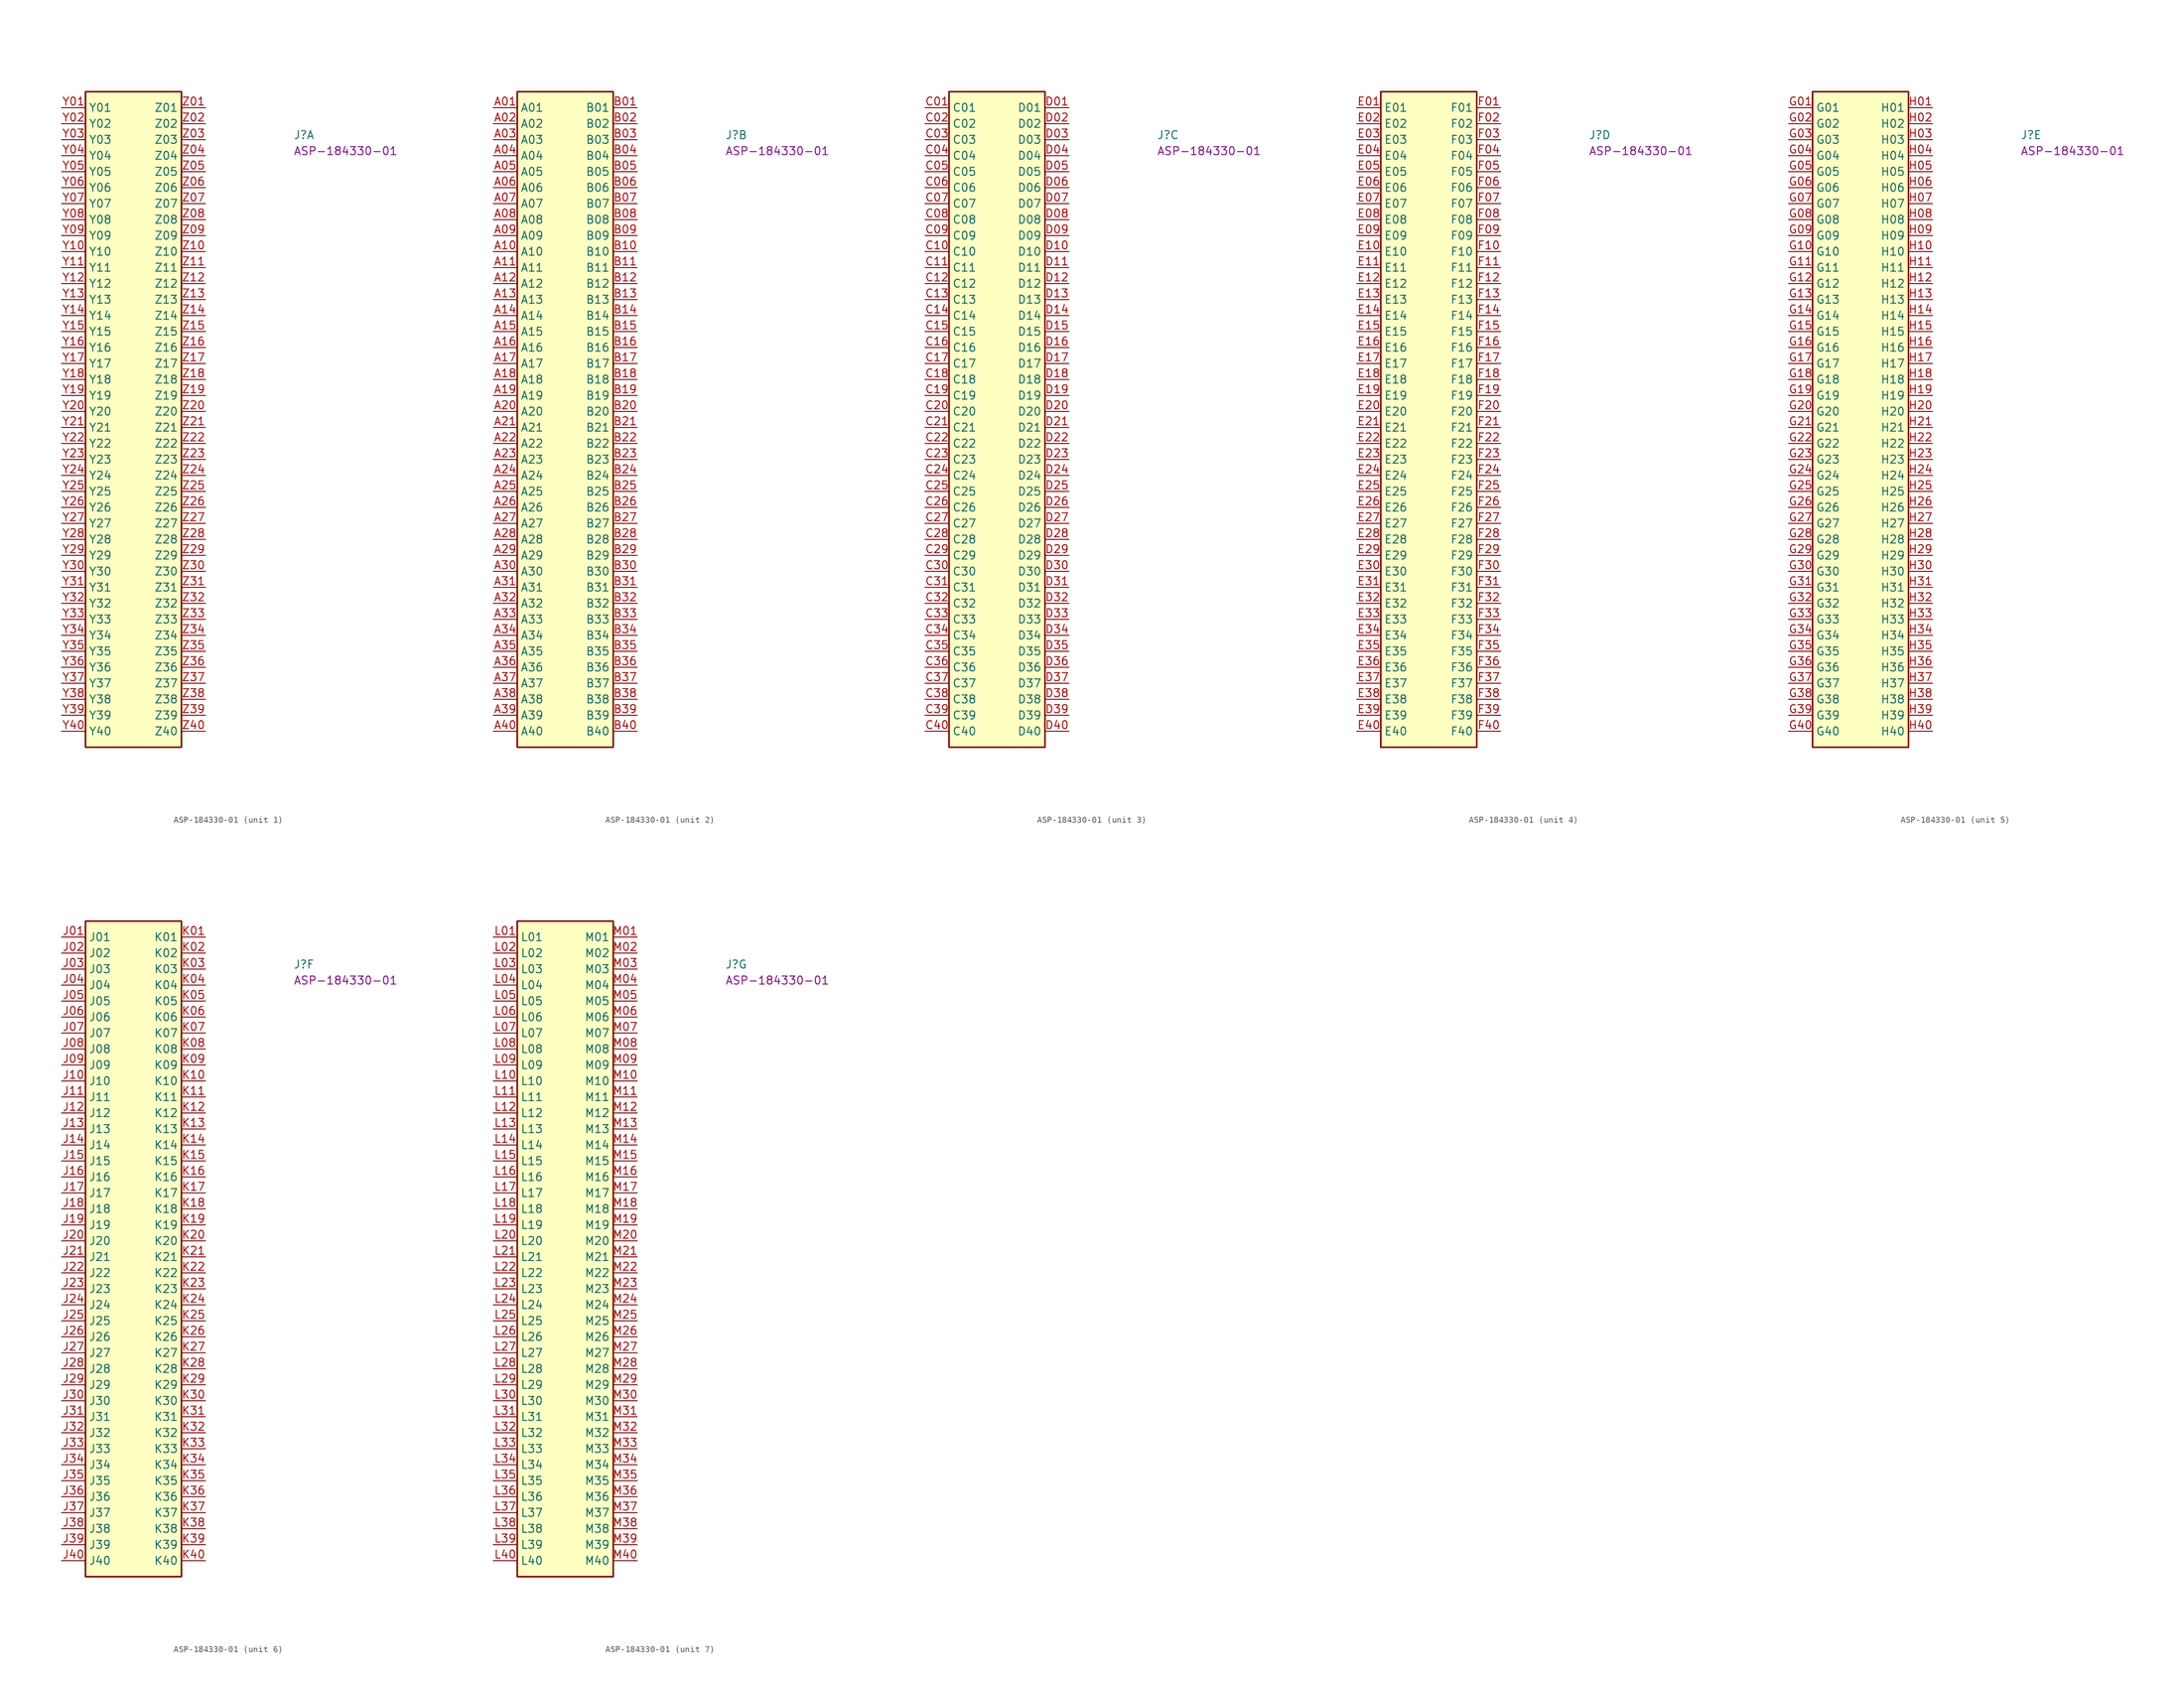
<source format=kicad_sym>
(kicad_symbol_lib
  (version 20220914)
  (generator kicad_symbol_editor)
  (symbol "ASP-184330-01"
    (property "Reference" "J"
      (at 36.83 -5.08 0)
      (effects (font (size 1.27 1.27) (thickness 0.15)) (justify left bottom)))
    (property "MPN" "ASP-184330-01"
      (at 36.83 -7.62 0)
      (effects (font (size 1.27 1.27) (thickness 0.15)) (justify left bottom)))
    (property "ki_locked" ""
      (at 0 0 0)
      (effects (font (size 1.27 1.27))))
    (symbol "ASP-184330-01_1_1"
      (rectangle (start 3.81 -101.6) (end 19.05 2.54) (stroke (width 0.254) (type default)) (fill (type background)))
      (pin passive line (at 0 0 0) (length 3.81) (name "Y01" (effects (font (size 1.27 1.27)))) (number "Y01" (effects (font (size 1.27 1.27)))))
      (pin passive line (at 0 -2.54 0) (length 3.81) (name "Y02" (effects (font (size 1.27 1.27)))) (number "Y02" (effects (font (size 1.27 1.27)))))
      (pin passive line (at 0 -5.08 0) (length 3.81) (name "Y03" (effects (font (size 1.27 1.27)))) (number "Y03" (effects (font (size 1.27 1.27)))))
      (pin passive line (at 0 -7.62 0) (length 3.81) (name "Y04" (effects (font (size 1.27 1.27)))) (number "Y04" (effects (font (size 1.27 1.27)))))
      (pin passive line (at 0 -10.16 0) (length 3.81) (name "Y05" (effects (font (size 1.27 1.27)))) (number "Y05" (effects (font (size 1.27 1.27)))))
      (pin passive line (at 0 -12.7 0) (length 3.81) (name "Y06" (effects (font (size 1.27 1.27)))) (number "Y06" (effects (font (size 1.27 1.27)))))
      (pin passive line (at 0 -15.24 0) (length 3.81) (name "Y07" (effects (font (size 1.27 1.27)))) (number "Y07" (effects (font (size 1.27 1.27)))))
      (pin passive line (at 0 -17.78 0) (length 3.81) (name "Y08" (effects (font (size 1.27 1.27)))) (number "Y08" (effects (font (size 1.27 1.27)))))
      (pin passive line (at 0 -20.32 0) (length 3.81) (name "Y09" (effects (font (size 1.27 1.27)))) (number "Y09" (effects (font (size 1.27 1.27)))))
      (pin passive line (at 0 -22.86 0) (length 3.81) (name "Y10" (effects (font (size 1.27 1.27)))) (number "Y10" (effects (font (size 1.27 1.27)))))
      (pin passive line (at 0 -25.4 0) (length 3.81) (name "Y11" (effects (font (size 1.27 1.27)))) (number "Y11" (effects (font (size 1.27 1.27)))))
      (pin passive line (at 0 -27.94 0) (length 3.81) (name "Y12" (effects (font (size 1.27 1.27)))) (number "Y12" (effects (font (size 1.27 1.27)))))
      (pin passive line (at 0 -30.48 0) (length 3.81) (name "Y13" (effects (font (size 1.27 1.27)))) (number "Y13" (effects (font (size 1.27 1.27)))))
      (pin passive line (at 0 -33.02 0) (length 3.81) (name "Y14" (effects (font (size 1.27 1.27)))) (number "Y14" (effects (font (size 1.27 1.27)))))
      (pin passive line (at 0 -35.56 0) (length 3.81) (name "Y15" (effects (font (size 1.27 1.27)))) (number "Y15" (effects (font (size 1.27 1.27)))))
      (pin passive line (at 0 -38.1 0) (length 3.81) (name "Y16" (effects (font (size 1.27 1.27)))) (number "Y16" (effects (font (size 1.27 1.27)))))
      (pin passive line (at 0 -40.64 0) (length 3.81) (name "Y17" (effects (font (size 1.27 1.27)))) (number "Y17" (effects (font (size 1.27 1.27)))))
      (pin passive line (at 0 -43.18 0) (length 3.81) (name "Y18" (effects (font (size 1.27 1.27)))) (number "Y18" (effects (font (size 1.27 1.27)))))
      (pin passive line (at 0 -45.72 0) (length 3.81) (name "Y19" (effects (font (size 1.27 1.27)))) (number "Y19" (effects (font (size 1.27 1.27)))))
      (pin passive line (at 0 -48.26 0) (length 3.81) (name "Y20" (effects (font (size 1.27 1.27)))) (number "Y20" (effects (font (size 1.27 1.27)))))
      (pin passive line (at 0 -50.8 0) (length 3.81) (name "Y21" (effects (font (size 1.27 1.27)))) (number "Y21" (effects (font (size 1.27 1.27)))))
      (pin passive line (at 0 -53.34 0) (length 3.81) (name "Y22" (effects (font (size 1.27 1.27)))) (number "Y22" (effects (font (size 1.27 1.27)))))
      (pin passive line (at 0 -55.88 0) (length 3.81) (name "Y23" (effects (font (size 1.27 1.27)))) (number "Y23" (effects (font (size 1.27 1.27)))))
      (pin passive line (at 0 -58.42 0) (length 3.81) (name "Y24" (effects (font (size 1.27 1.27)))) (number "Y24" (effects (font (size 1.27 1.27)))))
      (pin passive line (at 0 -60.96 0) (length 3.81) (name "Y25" (effects (font (size 1.27 1.27)))) (number "Y25" (effects (font (size 1.27 1.27)))))
      (pin passive line (at 0 -63.5 0) (length 3.81) (name "Y26" (effects (font (size 1.27 1.27)))) (number "Y26" (effects (font (size 1.27 1.27)))))
      (pin passive line (at 0 -66.04 0) (length 3.81) (name "Y27" (effects (font (size 1.27 1.27)))) (number "Y27" (effects (font (size 1.27 1.27)))))
      (pin passive line (at 0 -68.58 0) (length 3.81) (name "Y28" (effects (font (size 1.27 1.27)))) (number "Y28" (effects (font (size 1.27 1.27)))))
      (pin passive line (at 0 -71.12 0) (length 3.81) (name "Y29" (effects (font (size 1.27 1.27)))) (number "Y29" (effects (font (size 1.27 1.27)))))
      (pin passive line (at 0 -73.66 0) (length 3.81) (name "Y30" (effects (font (size 1.27 1.27)))) (number "Y30" (effects (font (size 1.27 1.27)))))
      (pin passive line (at 0 -76.2 0) (length 3.81) (name "Y31" (effects (font (size 1.27 1.27)))) (number "Y31" (effects (font (size 1.27 1.27)))))
      (pin passive line (at 0 -78.74 0) (length 3.81) (name "Y32" (effects (font (size 1.27 1.27)))) (number "Y32" (effects (font (size 1.27 1.27)))))
      (pin passive line (at 0 -81.28 0) (length 3.81) (name "Y33" (effects (font (size 1.27 1.27)))) (number "Y33" (effects (font (size 1.27 1.27)))))
      (pin passive line (at 0 -83.82 0) (length 3.81) (name "Y34" (effects (font (size 1.27 1.27)))) (number "Y34" (effects (font (size 1.27 1.27)))))
      (pin passive line (at 0 -86.36 0) (length 3.81) (name "Y35" (effects (font (size 1.27 1.27)))) (number "Y35" (effects (font (size 1.27 1.27)))))
      (pin passive line (at 0 -88.9 0) (length 3.81) (name "Y36" (effects (font (size 1.27 1.27)))) (number "Y36" (effects (font (size 1.27 1.27)))))
      (pin passive line (at 0 -91.44 0) (length 3.81) (name "Y37" (effects (font (size 1.27 1.27)))) (number "Y37" (effects (font (size 1.27 1.27)))))
      (pin passive line (at 0 -93.98 0) (length 3.81) (name "Y38" (effects (font (size 1.27 1.27)))) (number "Y38" (effects (font (size 1.27 1.27)))))
      (pin passive line (at 0 -96.52 0) (length 3.81) (name "Y39" (effects (font (size 1.27 1.27)))) (number "Y39" (effects (font (size 1.27 1.27)))))
      (pin passive line (at 0 -99.06 0) (length 3.81) (name "Y40" (effects (font (size 1.27 1.27)))) (number "Y40" (effects (font (size 1.27 1.27)))))
      (pin passive line (at 22.86 0 180) (length 3.81) (name "Z01" (effects (font (size 1.27 1.27)))) (number "Z01" (effects (font (size 1.27 1.27)))))
      (pin passive line (at 22.86 -2.54 180) (length 3.81) (name "Z02" (effects (font (size 1.27 1.27)))) (number "Z02" (effects (font (size 1.27 1.27)))))
      (pin passive line (at 22.86 -5.08 180) (length 3.81) (name "Z03" (effects (font (size 1.27 1.27)))) (number "Z03" (effects (font (size 1.27 1.27)))))
      (pin passive line (at 22.86 -7.62 180) (length 3.81) (name "Z04" (effects (font (size 1.27 1.27)))) (number "Z04" (effects (font (size 1.27 1.27)))))
      (pin passive line (at 22.86 -10.16 180) (length 3.81) (name "Z05" (effects (font (size 1.27 1.27)))) (number "Z05" (effects (font (size 1.27 1.27)))))
      (pin passive line (at 22.86 -12.7 180) (length 3.81) (name "Z06" (effects (font (size 1.27 1.27)))) (number "Z06" (effects (font (size 1.27 1.27)))))
      (pin passive line (at 22.86 -15.24 180) (length 3.81) (name "Z07" (effects (font (size 1.27 1.27)))) (number "Z07" (effects (font (size 1.27 1.27)))))
      (pin passive line (at 22.86 -17.78 180) (length 3.81) (name "Z08" (effects (font (size 1.27 1.27)))) (number "Z08" (effects (font (size 1.27 1.27)))))
      (pin passive line (at 22.86 -20.32 180) (length 3.81) (name "Z09" (effects (font (size 1.27 1.27)))) (number "Z09" (effects (font (size 1.27 1.27)))))
      (pin passive line (at 22.86 -22.86 180) (length 3.81) (name "Z10" (effects (font (size 1.27 1.27)))) (number "Z10" (effects (font (size 1.27 1.27)))))
      (pin passive line (at 22.86 -25.4 180) (length 3.81) (name "Z11" (effects (font (size 1.27 1.27)))) (number "Z11" (effects (font (size 1.27 1.27)))))
      (pin passive line (at 22.86 -27.94 180) (length 3.81) (name "Z12" (effects (font (size 1.27 1.27)))) (number "Z12" (effects (font (size 1.27 1.27)))))
      (pin passive line (at 22.86 -30.48 180) (length 3.81) (name "Z13" (effects (font (size 1.27 1.27)))) (number "Z13" (effects (font (size 1.27 1.27)))))
      (pin passive line (at 22.86 -33.02 180) (length 3.81) (name "Z14" (effects (font (size 1.27 1.27)))) (number "Z14" (effects (font (size 1.27 1.27)))))
      (pin passive line (at 22.86 -35.56 180) (length 3.81) (name "Z15" (effects (font (size 1.27 1.27)))) (number "Z15" (effects (font (size 1.27 1.27)))))
      (pin passive line (at 22.86 -38.1 180) (length 3.81) (name "Z16" (effects (font (size 1.27 1.27)))) (number "Z16" (effects (font (size 1.27 1.27)))))
      (pin passive line (at 22.86 -40.64 180) (length 3.81) (name "Z17" (effects (font (size 1.27 1.27)))) (number "Z17" (effects (font (size 1.27 1.27)))))
      (pin passive line (at 22.86 -43.18 180) (length 3.81) (name "Z18" (effects (font (size 1.27 1.27)))) (number "Z18" (effects (font (size 1.27 1.27)))))
      (pin passive line (at 22.86 -45.72 180) (length 3.81) (name "Z19" (effects (font (size 1.27 1.27)))) (number "Z19" (effects (font (size 1.27 1.27)))))
      (pin passive line (at 22.86 -48.26 180) (length 3.81) (name "Z20" (effects (font (size 1.27 1.27)))) (number "Z20" (effects (font (size 1.27 1.27)))))
      (pin passive line (at 22.86 -50.8 180) (length 3.81) (name "Z21" (effects (font (size 1.27 1.27)))) (number "Z21" (effects (font (size 1.27 1.27)))))
      (pin passive line (at 22.86 -53.34 180) (length 3.81) (name "Z22" (effects (font (size 1.27 1.27)))) (number "Z22" (effects (font (size 1.27 1.27)))))
      (pin passive line (at 22.86 -55.88 180) (length 3.81) (name "Z23" (effects (font (size 1.27 1.27)))) (number "Z23" (effects (font (size 1.27 1.27)))))
      (pin passive line (at 22.86 -58.42 180) (length 3.81) (name "Z24" (effects (font (size 1.27 1.27)))) (number "Z24" (effects (font (size 1.27 1.27)))))
      (pin passive line (at 22.86 -60.96 180) (length 3.81) (name "Z25" (effects (font (size 1.27 1.27)))) (number "Z25" (effects (font (size 1.27 1.27)))))
      (pin passive line (at 22.86 -63.5 180) (length 3.81) (name "Z26" (effects (font (size 1.27 1.27)))) (number "Z26" (effects (font (size 1.27 1.27)))))
      (pin passive line (at 22.86 -66.04 180) (length 3.81) (name "Z27" (effects (font (size 1.27 1.27)))) (number "Z27" (effects (font (size 1.27 1.27)))))
      (pin passive line (at 22.86 -68.58 180) (length 3.81) (name "Z28" (effects (font (size 1.27 1.27)))) (number "Z28" (effects (font (size 1.27 1.27)))))
      (pin passive line (at 22.86 -71.12 180) (length 3.81) (name "Z29" (effects (font (size 1.27 1.27)))) (number "Z29" (effects (font (size 1.27 1.27)))))
      (pin passive line (at 22.86 -73.66 180) (length 3.81) (name "Z30" (effects (font (size 1.27 1.27)))) (number "Z30" (effects (font (size 1.27 1.27)))))
      (pin passive line (at 22.86 -76.2 180) (length 3.81) (name "Z31" (effects (font (size 1.27 1.27)))) (number "Z31" (effects (font (size 1.27 1.27)))))
      (pin passive line (at 22.86 -78.74 180) (length 3.81) (name "Z32" (effects (font (size 1.27 1.27)))) (number "Z32" (effects (font (size 1.27 1.27)))))
      (pin passive line (at 22.86 -81.28 180) (length 3.81) (name "Z33" (effects (font (size 1.27 1.27)))) (number "Z33" (effects (font (size 1.27 1.27)))))
      (pin passive line (at 22.86 -83.82 180) (length 3.81) (name "Z34" (effects (font (size 1.27 1.27)))) (number "Z34" (effects (font (size 1.27 1.27)))))
      (pin passive line (at 22.86 -86.36 180) (length 3.81) (name "Z35" (effects (font (size 1.27 1.27)))) (number "Z35" (effects (font (size 1.27 1.27)))))
      (pin passive line (at 22.86 -88.9 180) (length 3.81) (name "Z36" (effects (font (size 1.27 1.27)))) (number "Z36" (effects (font (size 1.27 1.27)))))
      (pin passive line (at 22.86 -91.44 180) (length 3.81) (name "Z37" (effects (font (size 1.27 1.27)))) (number "Z37" (effects (font (size 1.27 1.27)))))
      (pin passive line (at 22.86 -93.98 180) (length 3.81) (name "Z38" (effects (font (size 1.27 1.27)))) (number "Z38" (effects (font (size 1.27 1.27)))))
      (pin passive line (at 22.86 -96.52 180) (length 3.81) (name "Z39" (effects (font (size 1.27 1.27)))) (number "Z39" (effects (font (size 1.27 1.27)))))
      (pin passive line (at 22.86 -99.06 180) (length 3.81) (name "Z40" (effects (font (size 1.27 1.27)))) (number "Z40" (effects (font (size 1.27 1.27))))))
    (symbol "ASP-184330-01_2_1"
      (rectangle (start 3.81 -101.6) (end 19.05 2.54) (stroke (width 0.254) (type default)) (fill (type background)))
      (pin passive line (at 0 0 0) (length 3.81) (name "A01" (effects (font (size 1.27 1.27)))) (number "A01" (effects (font (size 1.27 1.27)))))
      (pin passive line (at 0 -2.54 0) (length 3.81) (name "A02" (effects (font (size 1.27 1.27)))) (number "A02" (effects (font (size 1.27 1.27)))))
      (pin passive line (at 0 -5.08 0) (length 3.81) (name "A03" (effects (font (size 1.27 1.27)))) (number "A03" (effects (font (size 1.27 1.27)))))
      (pin passive line (at 0 -7.62 0) (length 3.81) (name "A04" (effects (font (size 1.27 1.27)))) (number "A04" (effects (font (size 1.27 1.27)))))
      (pin passive line (at 0 -10.16 0) (length 3.81) (name "A05" (effects (font (size 1.27 1.27)))) (number "A05" (effects (font (size 1.27 1.27)))))
      (pin passive line (at 0 -12.7 0) (length 3.81) (name "A06" (effects (font (size 1.27 1.27)))) (number "A06" (effects (font (size 1.27 1.27)))))
      (pin passive line (at 0 -15.24 0) (length 3.81) (name "A07" (effects (font (size 1.27 1.27)))) (number "A07" (effects (font (size 1.27 1.27)))))
      (pin passive line (at 0 -17.78 0) (length 3.81) (name "A08" (effects (font (size 1.27 1.27)))) (number "A08" (effects (font (size 1.27 1.27)))))
      (pin passive line (at 0 -20.32 0) (length 3.81) (name "A09" (effects (font (size 1.27 1.27)))) (number "A09" (effects (font (size 1.27 1.27)))))
      (pin passive line (at 0 -22.86 0) (length 3.81) (name "A10" (effects (font (size 1.27 1.27)))) (number "A10" (effects (font (size 1.27 1.27)))))
      (pin passive line (at 0 -25.4 0) (length 3.81) (name "A11" (effects (font (size 1.27 1.27)))) (number "A11" (effects (font (size 1.27 1.27)))))
      (pin passive line (at 0 -27.94 0) (length 3.81) (name "A12" (effects (font (size 1.27 1.27)))) (number "A12" (effects (font (size 1.27 1.27)))))
      (pin passive line (at 0 -30.48 0) (length 3.81) (name "A13" (effects (font (size 1.27 1.27)))) (number "A13" (effects (font (size 1.27 1.27)))))
      (pin passive line (at 0 -33.02 0) (length 3.81) (name "A14" (effects (font (size 1.27 1.27)))) (number "A14" (effects (font (size 1.27 1.27)))))
      (pin passive line (at 0 -35.56 0) (length 3.81) (name "A15" (effects (font (size 1.27 1.27)))) (number "A15" (effects (font (size 1.27 1.27)))))
      (pin passive line (at 0 -38.1 0) (length 3.81) (name "A16" (effects (font (size 1.27 1.27)))) (number "A16" (effects (font (size 1.27 1.27)))))
      (pin passive line (at 0 -40.64 0) (length 3.81) (name "A17" (effects (font (size 1.27 1.27)))) (number "A17" (effects (font (size 1.27 1.27)))))
      (pin passive line (at 0 -43.18 0) (length 3.81) (name "A18" (effects (font (size 1.27 1.27)))) (number "A18" (effects (font (size 1.27 1.27)))))
      (pin passive line (at 0 -45.72 0) (length 3.81) (name "A19" (effects (font (size 1.27 1.27)))) (number "A19" (effects (font (size 1.27 1.27)))))
      (pin passive line (at 0 -48.26 0) (length 3.81) (name "A20" (effects (font (size 1.27 1.27)))) (number "A20" (effects (font (size 1.27 1.27)))))
      (pin passive line (at 0 -50.8 0) (length 3.81) (name "A21" (effects (font (size 1.27 1.27)))) (number "A21" (effects (font (size 1.27 1.27)))))
      (pin passive line (at 0 -53.34 0) (length 3.81) (name "A22" (effects (font (size 1.27 1.27)))) (number "A22" (effects (font (size 1.27 1.27)))))
      (pin passive line (at 0 -55.88 0) (length 3.81) (name "A23" (effects (font (size 1.27 1.27)))) (number "A23" (effects (font (size 1.27 1.27)))))
      (pin passive line (at 0 -58.42 0) (length 3.81) (name "A24" (effects (font (size 1.27 1.27)))) (number "A24" (effects (font (size 1.27 1.27)))))
      (pin passive line (at 0 -60.96 0) (length 3.81) (name "A25" (effects (font (size 1.27 1.27)))) (number "A25" (effects (font (size 1.27 1.27)))))
      (pin passive line (at 0 -63.5 0) (length 3.81) (name "A26" (effects (font (size 1.27 1.27)))) (number "A26" (effects (font (size 1.27 1.27)))))
      (pin passive line (at 0 -66.04 0) (length 3.81) (name "A27" (effects (font (size 1.27 1.27)))) (number "A27" (effects (font (size 1.27 1.27)))))
      (pin passive line (at 0 -68.58 0) (length 3.81) (name "A28" (effects (font (size 1.27 1.27)))) (number "A28" (effects (font (size 1.27 1.27)))))
      (pin passive line (at 0 -71.12 0) (length 3.81) (name "A29" (effects (font (size 1.27 1.27)))) (number "A29" (effects (font (size 1.27 1.27)))))
      (pin passive line (at 0 -73.66 0) (length 3.81) (name "A30" (effects (font (size 1.27 1.27)))) (number "A30" (effects (font (size 1.27 1.27)))))
      (pin passive line (at 0 -76.2 0) (length 3.81) (name "A31" (effects (font (size 1.27 1.27)))) (number "A31" (effects (font (size 1.27 1.27)))))
      (pin passive line (at 0 -78.74 0) (length 3.81) (name "A32" (effects (font (size 1.27 1.27)))) (number "A32" (effects (font (size 1.27 1.27)))))
      (pin passive line (at 0 -81.28 0) (length 3.81) (name "A33" (effects (font (size 1.27 1.27)))) (number "A33" (effects (font (size 1.27 1.27)))))
      (pin passive line (at 0 -83.82 0) (length 3.81) (name "A34" (effects (font (size 1.27 1.27)))) (number "A34" (effects (font (size 1.27 1.27)))))
      (pin passive line (at 0 -86.36 0) (length 3.81) (name "A35" (effects (font (size 1.27 1.27)))) (number "A35" (effects (font (size 1.27 1.27)))))
      (pin passive line (at 0 -88.9 0) (length 3.81) (name "A36" (effects (font (size 1.27 1.27)))) (number "A36" (effects (font (size 1.27 1.27)))))
      (pin passive line (at 0 -91.44 0) (length 3.81) (name "A37" (effects (font (size 1.27 1.27)))) (number "A37" (effects (font (size 1.27 1.27)))))
      (pin passive line (at 0 -93.98 0) (length 3.81) (name "A38" (effects (font (size 1.27 1.27)))) (number "A38" (effects (font (size 1.27 1.27)))))
      (pin passive line (at 0 -96.52 0) (length 3.81) (name "A39" (effects (font (size 1.27 1.27)))) (number "A39" (effects (font (size 1.27 1.27)))))
      (pin passive line (at 0 -99.06 0) (length 3.81) (name "A40" (effects (font (size 1.27 1.27)))) (number "A40" (effects (font (size 1.27 1.27)))))
      (pin passive line (at 22.86 0 180) (length 3.81) (name "B01" (effects (font (size 1.27 1.27)))) (number "B01" (effects (font (size 1.27 1.27)))))
      (pin passive line (at 22.86 -2.54 180) (length 3.81) (name "B02" (effects (font (size 1.27 1.27)))) (number "B02" (effects (font (size 1.27 1.27)))))
      (pin passive line (at 22.86 -5.08 180) (length 3.81) (name "B03" (effects (font (size 1.27 1.27)))) (number "B03" (effects (font (size 1.27 1.27)))))
      (pin passive line (at 22.86 -7.62 180) (length 3.81) (name "B04" (effects (font (size 1.27 1.27)))) (number "B04" (effects (font (size 1.27 1.27)))))
      (pin passive line (at 22.86 -10.16 180) (length 3.81) (name "B05" (effects (font (size 1.27 1.27)))) (number "B05" (effects (font (size 1.27 1.27)))))
      (pin passive line (at 22.86 -12.7 180) (length 3.81) (name "B06" (effects (font (size 1.27 1.27)))) (number "B06" (effects (font (size 1.27 1.27)))))
      (pin passive line (at 22.86 -15.24 180) (length 3.81) (name "B07" (effects (font (size 1.27 1.27)))) (number "B07" (effects (font (size 1.27 1.27)))))
      (pin passive line (at 22.86 -17.78 180) (length 3.81) (name "B08" (effects (font (size 1.27 1.27)))) (number "B08" (effects (font (size 1.27 1.27)))))
      (pin passive line (at 22.86 -20.32 180) (length 3.81) (name "B09" (effects (font (size 1.27 1.27)))) (number "B09" (effects (font (size 1.27 1.27)))))
      (pin passive line (at 22.86 -22.86 180) (length 3.81) (name "B10" (effects (font (size 1.27 1.27)))) (number "B10" (effects (font (size 1.27 1.27)))))
      (pin passive line (at 22.86 -25.4 180) (length 3.81) (name "B11" (effects (font (size 1.27 1.27)))) (number "B11" (effects (font (size 1.27 1.27)))))
      (pin passive line (at 22.86 -27.94 180) (length 3.81) (name "B12" (effects (font (size 1.27 1.27)))) (number "B12" (effects (font (size 1.27 1.27)))))
      (pin passive line (at 22.86 -30.48 180) (length 3.81) (name "B13" (effects (font (size 1.27 1.27)))) (number "B13" (effects (font (size 1.27 1.27)))))
      (pin passive line (at 22.86 -33.02 180) (length 3.81) (name "B14" (effects (font (size 1.27 1.27)))) (number "B14" (effects (font (size 1.27 1.27)))))
      (pin passive line (at 22.86 -35.56 180) (length 3.81) (name "B15" (effects (font (size 1.27 1.27)))) (number "B15" (effects (font (size 1.27 1.27)))))
      (pin passive line (at 22.86 -38.1 180) (length 3.81) (name "B16" (effects (font (size 1.27 1.27)))) (number "B16" (effects (font (size 1.27 1.27)))))
      (pin passive line (at 22.86 -40.64 180) (length 3.81) (name "B17" (effects (font (size 1.27 1.27)))) (number "B17" (effects (font (size 1.27 1.27)))))
      (pin passive line (at 22.86 -43.18 180) (length 3.81) (name "B18" (effects (font (size 1.27 1.27)))) (number "B18" (effects (font (size 1.27 1.27)))))
      (pin passive line (at 22.86 -45.72 180) (length 3.81) (name "B19" (effects (font (size 1.27 1.27)))) (number "B19" (effects (font (size 1.27 1.27)))))
      (pin passive line (at 22.86 -48.26 180) (length 3.81) (name "B20" (effects (font (size 1.27 1.27)))) (number "B20" (effects (font (size 1.27 1.27)))))
      (pin passive line (at 22.86 -50.8 180) (length 3.81) (name "B21" (effects (font (size 1.27 1.27)))) (number "B21" (effects (font (size 1.27 1.27)))))
      (pin passive line (at 22.86 -53.34 180) (length 3.81) (name "B22" (effects (font (size 1.27 1.27)))) (number "B22" (effects (font (size 1.27 1.27)))))
      (pin passive line (at 22.86 -55.88 180) (length 3.81) (name "B23" (effects (font (size 1.27 1.27)))) (number "B23" (effects (font (size 1.27 1.27)))))
      (pin passive line (at 22.86 -58.42 180) (length 3.81) (name "B24" (effects (font (size 1.27 1.27)))) (number "B24" (effects (font (size 1.27 1.27)))))
      (pin passive line (at 22.86 -60.96 180) (length 3.81) (name "B25" (effects (font (size 1.27 1.27)))) (number "B25" (effects (font (size 1.27 1.27)))))
      (pin passive line (at 22.86 -63.5 180) (length 3.81) (name "B26" (effects (font (size 1.27 1.27)))) (number "B26" (effects (font (size 1.27 1.27)))))
      (pin passive line (at 22.86 -66.04 180) (length 3.81) (name "B27" (effects (font (size 1.27 1.27)))) (number "B27" (effects (font (size 1.27 1.27)))))
      (pin passive line (at 22.86 -68.58 180) (length 3.81) (name "B28" (effects (font (size 1.27 1.27)))) (number "B28" (effects (font (size 1.27 1.27)))))
      (pin passive line (at 22.86 -71.12 180) (length 3.81) (name "B29" (effects (font (size 1.27 1.27)))) (number "B29" (effects (font (size 1.27 1.27)))))
      (pin passive line (at 22.86 -73.66 180) (length 3.81) (name "B30" (effects (font (size 1.27 1.27)))) (number "B30" (effects (font (size 1.27 1.27)))))
      (pin passive line (at 22.86 -76.2 180) (length 3.81) (name "B31" (effects (font (size 1.27 1.27)))) (number "B31" (effects (font (size 1.27 1.27)))))
      (pin passive line (at 22.86 -78.74 180) (length 3.81) (name "B32" (effects (font (size 1.27 1.27)))) (number "B32" (effects (font (size 1.27 1.27)))))
      (pin passive line (at 22.86 -81.28 180) (length 3.81) (name "B33" (effects (font (size 1.27 1.27)))) (number "B33" (effects (font (size 1.27 1.27)))))
      (pin passive line (at 22.86 -83.82 180) (length 3.81) (name "B34" (effects (font (size 1.27 1.27)))) (number "B34" (effects (font (size 1.27 1.27)))))
      (pin passive line (at 22.86 -86.36 180) (length 3.81) (name "B35" (effects (font (size 1.27 1.27)))) (number "B35" (effects (font (size 1.27 1.27)))))
      (pin passive line (at 22.86 -88.9 180) (length 3.81) (name "B36" (effects (font (size 1.27 1.27)))) (number "B36" (effects (font (size 1.27 1.27)))))
      (pin passive line (at 22.86 -91.44 180) (length 3.81) (name "B37" (effects (font (size 1.27 1.27)))) (number "B37" (effects (font (size 1.27 1.27)))))
      (pin passive line (at 22.86 -93.98 180) (length 3.81) (name "B38" (effects (font (size 1.27 1.27)))) (number "B38" (effects (font (size 1.27 1.27)))))
      (pin passive line (at 22.86 -96.52 180) (length 3.81) (name "B39" (effects (font (size 1.27 1.27)))) (number "B39" (effects (font (size 1.27 1.27)))))
      (pin passive line (at 22.86 -99.06 180) (length 3.81) (name "B40" (effects (font (size 1.27 1.27)))) (number "B40" (effects (font (size 1.27 1.27))))))
    (symbol "ASP-184330-01_3_1"
      (rectangle (start 3.81 -101.6) (end 19.05 2.54) (stroke (width 0.254) (type default)) (fill (type background)))
      (pin passive line (at 0 0 0) (length 3.81) (name "C01" (effects (font (size 1.27 1.27)))) (number "C01" (effects (font (size 1.27 1.27)))))
      (pin passive line (at 0 -2.54 0) (length 3.81) (name "C02" (effects (font (size 1.27 1.27)))) (number "C02" (effects (font (size 1.27 1.27)))))
      (pin passive line (at 0 -5.08 0) (length 3.81) (name "C03" (effects (font (size 1.27 1.27)))) (number "C03" (effects (font (size 1.27 1.27)))))
      (pin passive line (at 0 -7.62 0) (length 3.81) (name "C04" (effects (font (size 1.27 1.27)))) (number "C04" (effects (font (size 1.27 1.27)))))
      (pin passive line (at 0 -10.16 0) (length 3.81) (name "C05" (effects (font (size 1.27 1.27)))) (number "C05" (effects (font (size 1.27 1.27)))))
      (pin passive line (at 0 -12.7 0) (length 3.81) (name "C06" (effects (font (size 1.27 1.27)))) (number "C06" (effects (font (size 1.27 1.27)))))
      (pin passive line (at 0 -15.24 0) (length 3.81) (name "C07" (effects (font (size 1.27 1.27)))) (number "C07" (effects (font (size 1.27 1.27)))))
      (pin passive line (at 0 -17.78 0) (length 3.81) (name "C08" (effects (font (size 1.27 1.27)))) (number "C08" (effects (font (size 1.27 1.27)))))
      (pin passive line (at 0 -20.32 0) (length 3.81) (name "C09" (effects (font (size 1.27 1.27)))) (number "C09" (effects (font (size 1.27 1.27)))))
      (pin passive line (at 0 -22.86 0) (length 3.81) (name "C10" (effects (font (size 1.27 1.27)))) (number "C10" (effects (font (size 1.27 1.27)))))
      (pin passive line (at 0 -25.4 0) (length 3.81) (name "C11" (effects (font (size 1.27 1.27)))) (number "C11" (effects (font (size 1.27 1.27)))))
      (pin passive line (at 0 -27.94 0) (length 3.81) (name "C12" (effects (font (size 1.27 1.27)))) (number "C12" (effects (font (size 1.27 1.27)))))
      (pin passive line (at 0 -30.48 0) (length 3.81) (name "C13" (effects (font (size 1.27 1.27)))) (number "C13" (effects (font (size 1.27 1.27)))))
      (pin passive line (at 0 -33.02 0) (length 3.81) (name "C14" (effects (font (size 1.27 1.27)))) (number "C14" (effects (font (size 1.27 1.27)))))
      (pin passive line (at 0 -35.56 0) (length 3.81) (name "C15" (effects (font (size 1.27 1.27)))) (number "C15" (effects (font (size 1.27 1.27)))))
      (pin passive line (at 0 -38.1 0) (length 3.81) (name "C16" (effects (font (size 1.27 1.27)))) (number "C16" (effects (font (size 1.27 1.27)))))
      (pin passive line (at 0 -40.64 0) (length 3.81) (name "C17" (effects (font (size 1.27 1.27)))) (number "C17" (effects (font (size 1.27 1.27)))))
      (pin passive line (at 0 -43.18 0) (length 3.81) (name "C18" (effects (font (size 1.27 1.27)))) (number "C18" (effects (font (size 1.27 1.27)))))
      (pin passive line (at 0 -45.72 0) (length 3.81) (name "C19" (effects (font (size 1.27 1.27)))) (number "C19" (effects (font (size 1.27 1.27)))))
      (pin passive line (at 0 -48.26 0) (length 3.81) (name "C20" (effects (font (size 1.27 1.27)))) (number "C20" (effects (font (size 1.27 1.27)))))
      (pin passive line (at 0 -50.8 0) (length 3.81) (name "C21" (effects (font (size 1.27 1.27)))) (number "C21" (effects (font (size 1.27 1.27)))))
      (pin passive line (at 0 -53.34 0) (length 3.81) (name "C22" (effects (font (size 1.27 1.27)))) (number "C22" (effects (font (size 1.27 1.27)))))
      (pin passive line (at 0 -55.88 0) (length 3.81) (name "C23" (effects (font (size 1.27 1.27)))) (number "C23" (effects (font (size 1.27 1.27)))))
      (pin passive line (at 0 -58.42 0) (length 3.81) (name "C24" (effects (font (size 1.27 1.27)))) (number "C24" (effects (font (size 1.27 1.27)))))
      (pin passive line (at 0 -60.96 0) (length 3.81) (name "C25" (effects (font (size 1.27 1.27)))) (number "C25" (effects (font (size 1.27 1.27)))))
      (pin passive line (at 0 -63.5 0) (length 3.81) (name "C26" (effects (font (size 1.27 1.27)))) (number "C26" (effects (font (size 1.27 1.27)))))
      (pin passive line (at 0 -66.04 0) (length 3.81) (name "C27" (effects (font (size 1.27 1.27)))) (number "C27" (effects (font (size 1.27 1.27)))))
      (pin passive line (at 0 -68.58 0) (length 3.81) (name "C28" (effects (font (size 1.27 1.27)))) (number "C28" (effects (font (size 1.27 1.27)))))
      (pin passive line (at 0 -71.12 0) (length 3.81) (name "C29" (effects (font (size 1.27 1.27)))) (number "C29" (effects (font (size 1.27 1.27)))))
      (pin passive line (at 0 -73.66 0) (length 3.81) (name "C30" (effects (font (size 1.27 1.27)))) (number "C30" (effects (font (size 1.27 1.27)))))
      (pin passive line (at 0 -76.2 0) (length 3.81) (name "C31" (effects (font (size 1.27 1.27)))) (number "C31" (effects (font (size 1.27 1.27)))))
      (pin passive line (at 0 -78.74 0) (length 3.81) (name "C32" (effects (font (size 1.27 1.27)))) (number "C32" (effects (font (size 1.27 1.27)))))
      (pin passive line (at 0 -81.28 0) (length 3.81) (name "C33" (effects (font (size 1.27 1.27)))) (number "C33" (effects (font (size 1.27 1.27)))))
      (pin passive line (at 0 -83.82 0) (length 3.81) (name "C34" (effects (font (size 1.27 1.27)))) (number "C34" (effects (font (size 1.27 1.27)))))
      (pin passive line (at 0 -86.36 0) (length 3.81) (name "C35" (effects (font (size 1.27 1.27)))) (number "C35" (effects (font (size 1.27 1.27)))))
      (pin passive line (at 0 -88.9 0) (length 3.81) (name "C36" (effects (font (size 1.27 1.27)))) (number "C36" (effects (font (size 1.27 1.27)))))
      (pin passive line (at 0 -91.44 0) (length 3.81) (name "C37" (effects (font (size 1.27 1.27)))) (number "C37" (effects (font (size 1.27 1.27)))))
      (pin passive line (at 0 -93.98 0) (length 3.81) (name "C38" (effects (font (size 1.27 1.27)))) (number "C38" (effects (font (size 1.27 1.27)))))
      (pin passive line (at 0 -96.52 0) (length 3.81) (name "C39" (effects (font (size 1.27 1.27)))) (number "C39" (effects (font (size 1.27 1.27)))))
      (pin passive line (at 0 -99.06 0) (length 3.81) (name "C40" (effects (font (size 1.27 1.27)))) (number "C40" (effects (font (size 1.27 1.27)))))
      (pin passive line (at 22.86 0 180) (length 3.81) (name "D01" (effects (font (size 1.27 1.27)))) (number "D01" (effects (font (size 1.27 1.27)))))
      (pin passive line (at 22.86 -2.54 180) (length 3.81) (name "D02" (effects (font (size 1.27 1.27)))) (number "D02" (effects (font (size 1.27 1.27)))))
      (pin passive line (at 22.86 -5.08 180) (length 3.81) (name "D03" (effects (font (size 1.27 1.27)))) (number "D03" (effects (font (size 1.27 1.27)))))
      (pin passive line (at 22.86 -7.62 180) (length 3.81) (name "D04" (effects (font (size 1.27 1.27)))) (number "D04" (effects (font (size 1.27 1.27)))))
      (pin passive line (at 22.86 -10.16 180) (length 3.81) (name "D05" (effects (font (size 1.27 1.27)))) (number "D05" (effects (font (size 1.27 1.27)))))
      (pin passive line (at 22.86 -12.7 180) (length 3.81) (name "D06" (effects (font (size 1.27 1.27)))) (number "D06" (effects (font (size 1.27 1.27)))))
      (pin passive line (at 22.86 -15.24 180) (length 3.81) (name "D07" (effects (font (size 1.27 1.27)))) (number "D07" (effects (font (size 1.27 1.27)))))
      (pin passive line (at 22.86 -17.78 180) (length 3.81) (name "D08" (effects (font (size 1.27 1.27)))) (number "D08" (effects (font (size 1.27 1.27)))))
      (pin passive line (at 22.86 -20.32 180) (length 3.81) (name "D09" (effects (font (size 1.27 1.27)))) (number "D09" (effects (font (size 1.27 1.27)))))
      (pin passive line (at 22.86 -22.86 180) (length 3.81) (name "D10" (effects (font (size 1.27 1.27)))) (number "D10" (effects (font (size 1.27 1.27)))))
      (pin passive line (at 22.86 -25.4 180) (length 3.81) (name "D11" (effects (font (size 1.27 1.27)))) (number "D11" (effects (font (size 1.27 1.27)))))
      (pin passive line (at 22.86 -27.94 180) (length 3.81) (name "D12" (effects (font (size 1.27 1.27)))) (number "D12" (effects (font (size 1.27 1.27)))))
      (pin passive line (at 22.86 -30.48 180) (length 3.81) (name "D13" (effects (font (size 1.27 1.27)))) (number "D13" (effects (font (size 1.27 1.27)))))
      (pin passive line (at 22.86 -33.02 180) (length 3.81) (name "D14" (effects (font (size 1.27 1.27)))) (number "D14" (effects (font (size 1.27 1.27)))))
      (pin passive line (at 22.86 -35.56 180) (length 3.81) (name "D15" (effects (font (size 1.27 1.27)))) (number "D15" (effects (font (size 1.27 1.27)))))
      (pin passive line (at 22.86 -38.1 180) (length 3.81) (name "D16" (effects (font (size 1.27 1.27)))) (number "D16" (effects (font (size 1.27 1.27)))))
      (pin passive line (at 22.86 -40.64 180) (length 3.81) (name "D17" (effects (font (size 1.27 1.27)))) (number "D17" (effects (font (size 1.27 1.27)))))
      (pin passive line (at 22.86 -43.18 180) (length 3.81) (name "D18" (effects (font (size 1.27 1.27)))) (number "D18" (effects (font (size 1.27 1.27)))))
      (pin passive line (at 22.86 -45.72 180) (length 3.81) (name "D19" (effects (font (size 1.27 1.27)))) (number "D19" (effects (font (size 1.27 1.27)))))
      (pin passive line (at 22.86 -48.26 180) (length 3.81) (name "D20" (effects (font (size 1.27 1.27)))) (number "D20" (effects (font (size 1.27 1.27)))))
      (pin passive line (at 22.86 -50.8 180) (length 3.81) (name "D21" (effects (font (size 1.27 1.27)))) (number "D21" (effects (font (size 1.27 1.27)))))
      (pin passive line (at 22.86 -53.34 180) (length 3.81) (name "D22" (effects (font (size 1.27 1.27)))) (number "D22" (effects (font (size 1.27 1.27)))))
      (pin passive line (at 22.86 -55.88 180) (length 3.81) (name "D23" (effects (font (size 1.27 1.27)))) (number "D23" (effects (font (size 1.27 1.27)))))
      (pin passive line (at 22.86 -58.42 180) (length 3.81) (name "D24" (effects (font (size 1.27 1.27)))) (number "D24" (effects (font (size 1.27 1.27)))))
      (pin passive line (at 22.86 -60.96 180) (length 3.81) (name "D25" (effects (font (size 1.27 1.27)))) (number "D25" (effects (font (size 1.27 1.27)))))
      (pin passive line (at 22.86 -63.5 180) (length 3.81) (name "D26" (effects (font (size 1.27 1.27)))) (number "D26" (effects (font (size 1.27 1.27)))))
      (pin passive line (at 22.86 -66.04 180) (length 3.81) (name "D27" (effects (font (size 1.27 1.27)))) (number "D27" (effects (font (size 1.27 1.27)))))
      (pin passive line (at 22.86 -68.58 180) (length 3.81) (name "D28" (effects (font (size 1.27 1.27)))) (number "D28" (effects (font (size 1.27 1.27)))))
      (pin passive line (at 22.86 -71.12 180) (length 3.81) (name "D29" (effects (font (size 1.27 1.27)))) (number "D29" (effects (font (size 1.27 1.27)))))
      (pin passive line (at 22.86 -73.66 180) (length 3.81) (name "D30" (effects (font (size 1.27 1.27)))) (number "D30" (effects (font (size 1.27 1.27)))))
      (pin passive line (at 22.86 -76.2 180) (length 3.81) (name "D31" (effects (font (size 1.27 1.27)))) (number "D31" (effects (font (size 1.27 1.27)))))
      (pin passive line (at 22.86 -78.74 180) (length 3.81) (name "D32" (effects (font (size 1.27 1.27)))) (number "D32" (effects (font (size 1.27 1.27)))))
      (pin passive line (at 22.86 -81.28 180) (length 3.81) (name "D33" (effects (font (size 1.27 1.27)))) (number "D33" (effects (font (size 1.27 1.27)))))
      (pin passive line (at 22.86 -83.82 180) (length 3.81) (name "D34" (effects (font (size 1.27 1.27)))) (number "D34" (effects (font (size 1.27 1.27)))))
      (pin passive line (at 22.86 -86.36 180) (length 3.81) (name "D35" (effects (font (size 1.27 1.27)))) (number "D35" (effects (font (size 1.27 1.27)))))
      (pin passive line (at 22.86 -88.9 180) (length 3.81) (name "D36" (effects (font (size 1.27 1.27)))) (number "D36" (effects (font (size 1.27 1.27)))))
      (pin passive line (at 22.86 -91.44 180) (length 3.81) (name "D37" (effects (font (size 1.27 1.27)))) (number "D37" (effects (font (size 1.27 1.27)))))
      (pin passive line (at 22.86 -93.98 180) (length 3.81) (name "D38" (effects (font (size 1.27 1.27)))) (number "D38" (effects (font (size 1.27 1.27)))))
      (pin passive line (at 22.86 -96.52 180) (length 3.81) (name "D39" (effects (font (size 1.27 1.27)))) (number "D39" (effects (font (size 1.27 1.27)))))
      (pin passive line (at 22.86 -99.06 180) (length 3.81) (name "D40" (effects (font (size 1.27 1.27)))) (number "D40" (effects (font (size 1.27 1.27))))))
    (symbol "ASP-184330-01_4_1"
      (rectangle (start 3.81 -101.6) (end 19.05 2.54) (stroke (width 0.254) (type default)) (fill (type background)))
      (pin passive line (at 0 0 0) (length 3.81) (name "E01" (effects (font (size 1.27 1.27)))) (number "E01" (effects (font (size 1.27 1.27)))))
      (pin passive line (at 0 -2.54 0) (length 3.81) (name "E02" (effects (font (size 1.27 1.27)))) (number "E02" (effects (font (size 1.27 1.27)))))
      (pin passive line (at 0 -5.08 0) (length 3.81) (name "E03" (effects (font (size 1.27 1.27)))) (number "E03" (effects (font (size 1.27 1.27)))))
      (pin passive line (at 0 -7.62 0) (length 3.81) (name "E04" (effects (font (size 1.27 1.27)))) (number "E04" (effects (font (size 1.27 1.27)))))
      (pin passive line (at 0 -10.16 0) (length 3.81) (name "E05" (effects (font (size 1.27 1.27)))) (number "E05" (effects (font (size 1.27 1.27)))))
      (pin passive line (at 0 -12.7 0) (length 3.81) (name "E06" (effects (font (size 1.27 1.27)))) (number "E06" (effects (font (size 1.27 1.27)))))
      (pin passive line (at 0 -15.24 0) (length 3.81) (name "E07" (effects (font (size 1.27 1.27)))) (number "E07" (effects (font (size 1.27 1.27)))))
      (pin passive line (at 0 -17.78 0) (length 3.81) (name "E08" (effects (font (size 1.27 1.27)))) (number "E08" (effects (font (size 1.27 1.27)))))
      (pin passive line (at 0 -20.32 0) (length 3.81) (name "E09" (effects (font (size 1.27 1.27)))) (number "E09" (effects (font (size 1.27 1.27)))))
      (pin passive line (at 0 -22.86 0) (length 3.81) (name "E10" (effects (font (size 1.27 1.27)))) (number "E10" (effects (font (size 1.27 1.27)))))
      (pin passive line (at 0 -25.4 0) (length 3.81) (name "E11" (effects (font (size 1.27 1.27)))) (number "E11" (effects (font (size 1.27 1.27)))))
      (pin passive line (at 0 -27.94 0) (length 3.81) (name "E12" (effects (font (size 1.27 1.27)))) (number "E12" (effects (font (size 1.27 1.27)))))
      (pin passive line (at 0 -30.48 0) (length 3.81) (name "E13" (effects (font (size 1.27 1.27)))) (number "E13" (effects (font (size 1.27 1.27)))))
      (pin passive line (at 0 -33.02 0) (length 3.81) (name "E14" (effects (font (size 1.27 1.27)))) (number "E14" (effects (font (size 1.27 1.27)))))
      (pin passive line (at 0 -35.56 0) (length 3.81) (name "E15" (effects (font (size 1.27 1.27)))) (number "E15" (effects (font (size 1.27 1.27)))))
      (pin passive line (at 0 -38.1 0) (length 3.81) (name "E16" (effects (font (size 1.27 1.27)))) (number "E16" (effects (font (size 1.27 1.27)))))
      (pin passive line (at 0 -40.64 0) (length 3.81) (name "E17" (effects (font (size 1.27 1.27)))) (number "E17" (effects (font (size 1.27 1.27)))))
      (pin passive line (at 0 -43.18 0) (length 3.81) (name "E18" (effects (font (size 1.27 1.27)))) (number "E18" (effects (font (size 1.27 1.27)))))
      (pin passive line (at 0 -45.72 0) (length 3.81) (name "E19" (effects (font (size 1.27 1.27)))) (number "E19" (effects (font (size 1.27 1.27)))))
      (pin passive line (at 0 -48.26 0) (length 3.81) (name "E20" (effects (font (size 1.27 1.27)))) (number "E20" (effects (font (size 1.27 1.27)))))
      (pin passive line (at 0 -50.8 0) (length 3.81) (name "E21" (effects (font (size 1.27 1.27)))) (number "E21" (effects (font (size 1.27 1.27)))))
      (pin passive line (at 0 -53.34 0) (length 3.81) (name "E22" (effects (font (size 1.27 1.27)))) (number "E22" (effects (font (size 1.27 1.27)))))
      (pin passive line (at 0 -55.88 0) (length 3.81) (name "E23" (effects (font (size 1.27 1.27)))) (number "E23" (effects (font (size 1.27 1.27)))))
      (pin passive line (at 0 -58.42 0) (length 3.81) (name "E24" (effects (font (size 1.27 1.27)))) (number "E24" (effects (font (size 1.27 1.27)))))
      (pin passive line (at 0 -60.96 0) (length 3.81) (name "E25" (effects (font (size 1.27 1.27)))) (number "E25" (effects (font (size 1.27 1.27)))))
      (pin passive line (at 0 -63.5 0) (length 3.81) (name "E26" (effects (font (size 1.27 1.27)))) (number "E26" (effects (font (size 1.27 1.27)))))
      (pin passive line (at 0 -66.04 0) (length 3.81) (name "E27" (effects (font (size 1.27 1.27)))) (number "E27" (effects (font (size 1.27 1.27)))))
      (pin passive line (at 0 -68.58 0) (length 3.81) (name "E28" (effects (font (size 1.27 1.27)))) (number "E28" (effects (font (size 1.27 1.27)))))
      (pin passive line (at 0 -71.12 0) (length 3.81) (name "E29" (effects (font (size 1.27 1.27)))) (number "E29" (effects (font (size 1.27 1.27)))))
      (pin passive line (at 0 -73.66 0) (length 3.81) (name "E30" (effects (font (size 1.27 1.27)))) (number "E30" (effects (font (size 1.27 1.27)))))
      (pin passive line (at 0 -76.2 0) (length 3.81) (name "E31" (effects (font (size 1.27 1.27)))) (number "E31" (effects (font (size 1.27 1.27)))))
      (pin passive line (at 0 -78.74 0) (length 3.81) (name "E32" (effects (font (size 1.27 1.27)))) (number "E32" (effects (font (size 1.27 1.27)))))
      (pin passive line (at 0 -81.28 0) (length 3.81) (name "E33" (effects (font (size 1.27 1.27)))) (number "E33" (effects (font (size 1.27 1.27)))))
      (pin passive line (at 0 -83.82 0) (length 3.81) (name "E34" (effects (font (size 1.27 1.27)))) (number "E34" (effects (font (size 1.27 1.27)))))
      (pin passive line (at 0 -86.36 0) (length 3.81) (name "E35" (effects (font (size 1.27 1.27)))) (number "E35" (effects (font (size 1.27 1.27)))))
      (pin passive line (at 0 -88.9 0) (length 3.81) (name "E36" (effects (font (size 1.27 1.27)))) (number "E36" (effects (font (size 1.27 1.27)))))
      (pin passive line (at 0 -91.44 0) (length 3.81) (name "E37" (effects (font (size 1.27 1.27)))) (number "E37" (effects (font (size 1.27 1.27)))))
      (pin passive line (at 0 -93.98 0) (length 3.81) (name "E38" (effects (font (size 1.27 1.27)))) (number "E38" (effects (font (size 1.27 1.27)))))
      (pin passive line (at 0 -96.52 0) (length 3.81) (name "E39" (effects (font (size 1.27 1.27)))) (number "E39" (effects (font (size 1.27 1.27)))))
      (pin passive line (at 0 -99.06 0) (length 3.81) (name "E40" (effects (font (size 1.27 1.27)))) (number "E40" (effects (font (size 1.27 1.27)))))
      (pin passive line (at 22.86 0 180) (length 3.81) (name "F01" (effects (font (size 1.27 1.27)))) (number "F01" (effects (font (size 1.27 1.27)))))
      (pin passive line (at 22.86 -2.54 180) (length 3.81) (name "F02" (effects (font (size 1.27 1.27)))) (number "F02" (effects (font (size 1.27 1.27)))))
      (pin passive line (at 22.86 -5.08 180) (length 3.81) (name "F03" (effects (font (size 1.27 1.27)))) (number "F03" (effects (font (size 1.27 1.27)))))
      (pin passive line (at 22.86 -7.62 180) (length 3.81) (name "F04" (effects (font (size 1.27 1.27)))) (number "F04" (effects (font (size 1.27 1.27)))))
      (pin passive line (at 22.86 -10.16 180) (length 3.81) (name "F05" (effects (font (size 1.27 1.27)))) (number "F05" (effects (font (size 1.27 1.27)))))
      (pin passive line (at 22.86 -12.7 180) (length 3.81) (name "F06" (effects (font (size 1.27 1.27)))) (number "F06" (effects (font (size 1.27 1.27)))))
      (pin passive line (at 22.86 -15.24 180) (length 3.81) (name "F07" (effects (font (size 1.27 1.27)))) (number "F07" (effects (font (size 1.27 1.27)))))
      (pin passive line (at 22.86 -17.78 180) (length 3.81) (name "F08" (effects (font (size 1.27 1.27)))) (number "F08" (effects (font (size 1.27 1.27)))))
      (pin passive line (at 22.86 -20.32 180) (length 3.81) (name "F09" (effects (font (size 1.27 1.27)))) (number "F09" (effects (font (size 1.27 1.27)))))
      (pin passive line (at 22.86 -22.86 180) (length 3.81) (name "F10" (effects (font (size 1.27 1.27)))) (number "F10" (effects (font (size 1.27 1.27)))))
      (pin passive line (at 22.86 -25.4 180) (length 3.81) (name "F11" (effects (font (size 1.27 1.27)))) (number "F11" (effects (font (size 1.27 1.27)))))
      (pin passive line (at 22.86 -27.94 180) (length 3.81) (name "F12" (effects (font (size 1.27 1.27)))) (number "F12" (effects (font (size 1.27 1.27)))))
      (pin passive line (at 22.86 -30.48 180) (length 3.81) (name "F13" (effects (font (size 1.27 1.27)))) (number "F13" (effects (font (size 1.27 1.27)))))
      (pin passive line (at 22.86 -33.02 180) (length 3.81) (name "F14" (effects (font (size 1.27 1.27)))) (number "F14" (effects (font (size 1.27 1.27)))))
      (pin passive line (at 22.86 -35.56 180) (length 3.81) (name "F15" (effects (font (size 1.27 1.27)))) (number "F15" (effects (font (size 1.27 1.27)))))
      (pin passive line (at 22.86 -38.1 180) (length 3.81) (name "F16" (effects (font (size 1.27 1.27)))) (number "F16" (effects (font (size 1.27 1.27)))))
      (pin passive line (at 22.86 -40.64 180) (length 3.81) (name "F17" (effects (font (size 1.27 1.27)))) (number "F17" (effects (font (size 1.27 1.27)))))
      (pin passive line (at 22.86 -43.18 180) (length 3.81) (name "F18" (effects (font (size 1.27 1.27)))) (number "F18" (effects (font (size 1.27 1.27)))))
      (pin passive line (at 22.86 -45.72 180) (length 3.81) (name "F19" (effects (font (size 1.27 1.27)))) (number "F19" (effects (font (size 1.27 1.27)))))
      (pin passive line (at 22.86 -48.26 180) (length 3.81) (name "F20" (effects (font (size 1.27 1.27)))) (number "F20" (effects (font (size 1.27 1.27)))))
      (pin passive line (at 22.86 -50.8 180) (length 3.81) (name "F21" (effects (font (size 1.27 1.27)))) (number "F21" (effects (font (size 1.27 1.27)))))
      (pin passive line (at 22.86 -53.34 180) (length 3.81) (name "F22" (effects (font (size 1.27 1.27)))) (number "F22" (effects (font (size 1.27 1.27)))))
      (pin passive line (at 22.86 -55.88 180) (length 3.81) (name "F23" (effects (font (size 1.27 1.27)))) (number "F23" (effects (font (size 1.27 1.27)))))
      (pin passive line (at 22.86 -58.42 180) (length 3.81) (name "F24" (effects (font (size 1.27 1.27)))) (number "F24" (effects (font (size 1.27 1.27)))))
      (pin passive line (at 22.86 -60.96 180) (length 3.81) (name "F25" (effects (font (size 1.27 1.27)))) (number "F25" (effects (font (size 1.27 1.27)))))
      (pin passive line (at 22.86 -63.5 180) (length 3.81) (name "F26" (effects (font (size 1.27 1.27)))) (number "F26" (effects (font (size 1.27 1.27)))))
      (pin passive line (at 22.86 -66.04 180) (length 3.81) (name "F27" (effects (font (size 1.27 1.27)))) (number "F27" (effects (font (size 1.27 1.27)))))
      (pin passive line (at 22.86 -68.58 180) (length 3.81) (name "F28" (effects (font (size 1.27 1.27)))) (number "F28" (effects (font (size 1.27 1.27)))))
      (pin passive line (at 22.86 -71.12 180) (length 3.81) (name "F29" (effects (font (size 1.27 1.27)))) (number "F29" (effects (font (size 1.27 1.27)))))
      (pin passive line (at 22.86 -73.66 180) (length 3.81) (name "F30" (effects (font (size 1.27 1.27)))) (number "F30" (effects (font (size 1.27 1.27)))))
      (pin passive line (at 22.86 -76.2 180) (length 3.81) (name "F31" (effects (font (size 1.27 1.27)))) (number "F31" (effects (font (size 1.27 1.27)))))
      (pin passive line (at 22.86 -78.74 180) (length 3.81) (name "F32" (effects (font (size 1.27 1.27)))) (number "F32" (effects (font (size 1.27 1.27)))))
      (pin passive line (at 22.86 -81.28 180) (length 3.81) (name "F33" (effects (font (size 1.27 1.27)))) (number "F33" (effects (font (size 1.27 1.27)))))
      (pin passive line (at 22.86 -83.82 180) (length 3.81) (name "F34" (effects (font (size 1.27 1.27)))) (number "F34" (effects (font (size 1.27 1.27)))))
      (pin passive line (at 22.86 -86.36 180) (length 3.81) (name "F35" (effects (font (size 1.27 1.27)))) (number "F35" (effects (font (size 1.27 1.27)))))
      (pin passive line (at 22.86 -88.9 180) (length 3.81) (name "F36" (effects (font (size 1.27 1.27)))) (number "F36" (effects (font (size 1.27 1.27)))))
      (pin passive line (at 22.86 -91.44 180) (length 3.81) (name "F37" (effects (font (size 1.27 1.27)))) (number "F37" (effects (font (size 1.27 1.27)))))
      (pin passive line (at 22.86 -93.98 180) (length 3.81) (name "F38" (effects (font (size 1.27 1.27)))) (number "F38" (effects (font (size 1.27 1.27)))))
      (pin passive line (at 22.86 -96.52 180) (length 3.81) (name "F39" (effects (font (size 1.27 1.27)))) (number "F39" (effects (font (size 1.27 1.27)))))
      (pin passive line (at 22.86 -99.06 180) (length 3.81) (name "F40" (effects (font (size 1.27 1.27)))) (number "F40" (effects (font (size 1.27 1.27))))))
    (symbol "ASP-184330-01_5_1"
      (rectangle (start 3.81 -101.6) (end 19.05 2.54) (stroke (width 0.254) (type default)) (fill (type background)))
      (pin passive line (at 0 0 0) (length 3.81) (name "G01" (effects (font (size 1.27 1.27)))) (number "G01" (effects (font (size 1.27 1.27)))))
      (pin passive line (at 0 -2.54 0) (length 3.81) (name "G02" (effects (font (size 1.27 1.27)))) (number "G02" (effects (font (size 1.27 1.27)))))
      (pin passive line (at 0 -5.08 0) (length 3.81) (name "G03" (effects (font (size 1.27 1.27)))) (number "G03" (effects (font (size 1.27 1.27)))))
      (pin passive line (at 0 -7.62 0) (length 3.81) (name "G04" (effects (font (size 1.27 1.27)))) (number "G04" (effects (font (size 1.27 1.27)))))
      (pin passive line (at 0 -10.16 0) (length 3.81) (name "G05" (effects (font (size 1.27 1.27)))) (number "G05" (effects (font (size 1.27 1.27)))))
      (pin passive line (at 0 -12.7 0) (length 3.81) (name "G06" (effects (font (size 1.27 1.27)))) (number "G06" (effects (font (size 1.27 1.27)))))
      (pin passive line (at 0 -15.24 0) (length 3.81) (name "G07" (effects (font (size 1.27 1.27)))) (number "G07" (effects (font (size 1.27 1.27)))))
      (pin passive line (at 0 -17.78 0) (length 3.81) (name "G08" (effects (font (size 1.27 1.27)))) (number "G08" (effects (font (size 1.27 1.27)))))
      (pin passive line (at 0 -20.32 0) (length 3.81) (name "G09" (effects (font (size 1.27 1.27)))) (number "G09" (effects (font (size 1.27 1.27)))))
      (pin passive line (at 0 -22.86 0) (length 3.81) (name "G10" (effects (font (size 1.27 1.27)))) (number "G10" (effects (font (size 1.27 1.27)))))
      (pin passive line (at 0 -25.4 0) (length 3.81) (name "G11" (effects (font (size 1.27 1.27)))) (number "G11" (effects (font (size 1.27 1.27)))))
      (pin passive line (at 0 -27.94 0) (length 3.81) (name "G12" (effects (font (size 1.27 1.27)))) (number "G12" (effects (font (size 1.27 1.27)))))
      (pin passive line (at 0 -30.48 0) (length 3.81) (name "G13" (effects (font (size 1.27 1.27)))) (number "G13" (effects (font (size 1.27 1.27)))))
      (pin passive line (at 0 -33.02 0) (length 3.81) (name "G14" (effects (font (size 1.27 1.27)))) (number "G14" (effects (font (size 1.27 1.27)))))
      (pin passive line (at 0 -35.56 0) (length 3.81) (name "G15" (effects (font (size 1.27 1.27)))) (number "G15" (effects (font (size 1.27 1.27)))))
      (pin passive line (at 0 -38.1 0) (length 3.81) (name "G16" (effects (font (size 1.27 1.27)))) (number "G16" (effects (font (size 1.27 1.27)))))
      (pin passive line (at 0 -40.64 0) (length 3.81) (name "G17" (effects (font (size 1.27 1.27)))) (number "G17" (effects (font (size 1.27 1.27)))))
      (pin passive line (at 0 -43.18 0) (length 3.81) (name "G18" (effects (font (size 1.27 1.27)))) (number "G18" (effects (font (size 1.27 1.27)))))
      (pin passive line (at 0 -45.72 0) (length 3.81) (name "G19" (effects (font (size 1.27 1.27)))) (number "G19" (effects (font (size 1.27 1.27)))))
      (pin passive line (at 0 -48.26 0) (length 3.81) (name "G20" (effects (font (size 1.27 1.27)))) (number "G20" (effects (font (size 1.27 1.27)))))
      (pin passive line (at 0 -50.8 0) (length 3.81) (name "G21" (effects (font (size 1.27 1.27)))) (number "G21" (effects (font (size 1.27 1.27)))))
      (pin passive line (at 0 -53.34 0) (length 3.81) (name "G22" (effects (font (size 1.27 1.27)))) (number "G22" (effects (font (size 1.27 1.27)))))
      (pin passive line (at 0 -55.88 0) (length 3.81) (name "G23" (effects (font (size 1.27 1.27)))) (number "G23" (effects (font (size 1.27 1.27)))))
      (pin passive line (at 0 -58.42 0) (length 3.81) (name "G24" (effects (font (size 1.27 1.27)))) (number "G24" (effects (font (size 1.27 1.27)))))
      (pin passive line (at 0 -60.96 0) (length 3.81) (name "G25" (effects (font (size 1.27 1.27)))) (number "G25" (effects (font (size 1.27 1.27)))))
      (pin passive line (at 0 -63.5 0) (length 3.81) (name "G26" (effects (font (size 1.27 1.27)))) (number "G26" (effects (font (size 1.27 1.27)))))
      (pin passive line (at 0 -66.04 0) (length 3.81) (name "G27" (effects (font (size 1.27 1.27)))) (number "G27" (effects (font (size 1.27 1.27)))))
      (pin passive line (at 0 -68.58 0) (length 3.81) (name "G28" (effects (font (size 1.27 1.27)))) (number "G28" (effects (font (size 1.27 1.27)))))
      (pin passive line (at 0 -71.12 0) (length 3.81) (name "G29" (effects (font (size 1.27 1.27)))) (number "G29" (effects (font (size 1.27 1.27)))))
      (pin passive line (at 0 -73.66 0) (length 3.81) (name "G30" (effects (font (size 1.27 1.27)))) (number "G30" (effects (font (size 1.27 1.27)))))
      (pin passive line (at 0 -76.2 0) (length 3.81) (name "G31" (effects (font (size 1.27 1.27)))) (number "G31" (effects (font (size 1.27 1.27)))))
      (pin passive line (at 0 -78.74 0) (length 3.81) (name "G32" (effects (font (size 1.27 1.27)))) (number "G32" (effects (font (size 1.27 1.27)))))
      (pin passive line (at 0 -81.28 0) (length 3.81) (name "G33" (effects (font (size 1.27 1.27)))) (number "G33" (effects (font (size 1.27 1.27)))))
      (pin passive line (at 0 -83.82 0) (length 3.81) (name "G34" (effects (font (size 1.27 1.27)))) (number "G34" (effects (font (size 1.27 1.27)))))
      (pin passive line (at 0 -86.36 0) (length 3.81) (name "G35" (effects (font (size 1.27 1.27)))) (number "G35" (effects (font (size 1.27 1.27)))))
      (pin passive line (at 0 -88.9 0) (length 3.81) (name "G36" (effects (font (size 1.27 1.27)))) (number "G36" (effects (font (size 1.27 1.27)))))
      (pin passive line (at 0 -91.44 0) (length 3.81) (name "G37" (effects (font (size 1.27 1.27)))) (number "G37" (effects (font (size 1.27 1.27)))))
      (pin passive line (at 0 -93.98 0) (length 3.81) (name "G38" (effects (font (size 1.27 1.27)))) (number "G38" (effects (font (size 1.27 1.27)))))
      (pin passive line (at 0 -96.52 0) (length 3.81) (name "G39" (effects (font (size 1.27 1.27)))) (number "G39" (effects (font (size 1.27 1.27)))))
      (pin passive line (at 0 -99.06 0) (length 3.81) (name "G40" (effects (font (size 1.27 1.27)))) (number "G40" (effects (font (size 1.27 1.27)))))
      (pin passive line (at 22.86 0 180) (length 3.81) (name "H01" (effects (font (size 1.27 1.27)))) (number "H01" (effects (font (size 1.27 1.27)))))
      (pin passive line (at 22.86 -2.54 180) (length 3.81) (name "H02" (effects (font (size 1.27 1.27)))) (number "H02" (effects (font (size 1.27 1.27)))))
      (pin passive line (at 22.86 -5.08 180) (length 3.81) (name "H03" (effects (font (size 1.27 1.27)))) (number "H03" (effects (font (size 1.27 1.27)))))
      (pin passive line (at 22.86 -7.62 180) (length 3.81) (name "H04" (effects (font (size 1.27 1.27)))) (number "H04" (effects (font (size 1.27 1.27)))))
      (pin passive line (at 22.86 -10.16 180) (length 3.81) (name "H05" (effects (font (size 1.27 1.27)))) (number "H05" (effects (font (size 1.27 1.27)))))
      (pin passive line (at 22.86 -12.7 180) (length 3.81) (name "H06" (effects (font (size 1.27 1.27)))) (number "H06" (effects (font (size 1.27 1.27)))))
      (pin passive line (at 22.86 -15.24 180) (length 3.81) (name "H07" (effects (font (size 1.27 1.27)))) (number "H07" (effects (font (size 1.27 1.27)))))
      (pin passive line (at 22.86 -17.78 180) (length 3.81) (name "H08" (effects (font (size 1.27 1.27)))) (number "H08" (effects (font (size 1.27 1.27)))))
      (pin passive line (at 22.86 -20.32 180) (length 3.81) (name "H09" (effects (font (size 1.27 1.27)))) (number "H09" (effects (font (size 1.27 1.27)))))
      (pin passive line (at 22.86 -22.86 180) (length 3.81) (name "H10" (effects (font (size 1.27 1.27)))) (number "H10" (effects (font (size 1.27 1.27)))))
      (pin passive line (at 22.86 -25.4 180) (length 3.81) (name "H11" (effects (font (size 1.27 1.27)))) (number "H11" (effects (font (size 1.27 1.27)))))
      (pin passive line (at 22.86 -27.94 180) (length 3.81) (name "H12" (effects (font (size 1.27 1.27)))) (number "H12" (effects (font (size 1.27 1.27)))))
      (pin passive line (at 22.86 -30.48 180) (length 3.81) (name "H13" (effects (font (size 1.27 1.27)))) (number "H13" (effects (font (size 1.27 1.27)))))
      (pin passive line (at 22.86 -33.02 180) (length 3.81) (name "H14" (effects (font (size 1.27 1.27)))) (number "H14" (effects (font (size 1.27 1.27)))))
      (pin passive line (at 22.86 -35.56 180) (length 3.81) (name "H15" (effects (font (size 1.27 1.27)))) (number "H15" (effects (font (size 1.27 1.27)))))
      (pin passive line (at 22.86 -38.1 180) (length 3.81) (name "H16" (effects (font (size 1.27 1.27)))) (number "H16" (effects (font (size 1.27 1.27)))))
      (pin passive line (at 22.86 -40.64 180) (length 3.81) (name "H17" (effects (font (size 1.27 1.27)))) (number "H17" (effects (font (size 1.27 1.27)))))
      (pin passive line (at 22.86 -43.18 180) (length 3.81) (name "H18" (effects (font (size 1.27 1.27)))) (number "H18" (effects (font (size 1.27 1.27)))))
      (pin passive line (at 22.86 -45.72 180) (length 3.81) (name "H19" (effects (font (size 1.27 1.27)))) (number "H19" (effects (font (size 1.27 1.27)))))
      (pin passive line (at 22.86 -48.26 180) (length 3.81) (name "H20" (effects (font (size 1.27 1.27)))) (number "H20" (effects (font (size 1.27 1.27)))))
      (pin passive line (at 22.86 -50.8 180) (length 3.81) (name "H21" (effects (font (size 1.27 1.27)))) (number "H21" (effects (font (size 1.27 1.27)))))
      (pin passive line (at 22.86 -53.34 180) (length 3.81) (name "H22" (effects (font (size 1.27 1.27)))) (number "H22" (effects (font (size 1.27 1.27)))))
      (pin passive line (at 22.86 -55.88 180) (length 3.81) (name "H23" (effects (font (size 1.27 1.27)))) (number "H23" (effects (font (size 1.27 1.27)))))
      (pin passive line (at 22.86 -58.42 180) (length 3.81) (name "H24" (effects (font (size 1.27 1.27)))) (number "H24" (effects (font (size 1.27 1.27)))))
      (pin passive line (at 22.86 -60.96 180) (length 3.81) (name "H25" (effects (font (size 1.27 1.27)))) (number "H25" (effects (font (size 1.27 1.27)))))
      (pin passive line (at 22.86 -63.5 180) (length 3.81) (name "H26" (effects (font (size 1.27 1.27)))) (number "H26" (effects (font (size 1.27 1.27)))))
      (pin passive line (at 22.86 -66.04 180) (length 3.81) (name "H27" (effects (font (size 1.27 1.27)))) (number "H27" (effects (font (size 1.27 1.27)))))
      (pin passive line (at 22.86 -68.58 180) (length 3.81) (name "H28" (effects (font (size 1.27 1.27)))) (number "H28" (effects (font (size 1.27 1.27)))))
      (pin passive line (at 22.86 -71.12 180) (length 3.81) (name "H29" (effects (font (size 1.27 1.27)))) (number "H29" (effects (font (size 1.27 1.27)))))
      (pin passive line (at 22.86 -73.66 180) (length 3.81) (name "H30" (effects (font (size 1.27 1.27)))) (number "H30" (effects (font (size 1.27 1.27)))))
      (pin passive line (at 22.86 -76.2 180) (length 3.81) (name "H31" (effects (font (size 1.27 1.27)))) (number "H31" (effects (font (size 1.27 1.27)))))
      (pin passive line (at 22.86 -78.74 180) (length 3.81) (name "H32" (effects (font (size 1.27 1.27)))) (number "H32" (effects (font (size 1.27 1.27)))))
      (pin passive line (at 22.86 -81.28 180) (length 3.81) (name "H33" (effects (font (size 1.27 1.27)))) (number "H33" (effects (font (size 1.27 1.27)))))
      (pin passive line (at 22.86 -83.82 180) (length 3.81) (name "H34" (effects (font (size 1.27 1.27)))) (number "H34" (effects (font (size 1.27 1.27)))))
      (pin passive line (at 22.86 -86.36 180) (length 3.81) (name "H35" (effects (font (size 1.27 1.27)))) (number "H35" (effects (font (size 1.27 1.27)))))
      (pin passive line (at 22.86 -88.9 180) (length 3.81) (name "H36" (effects (font (size 1.27 1.27)))) (number "H36" (effects (font (size 1.27 1.27)))))
      (pin passive line (at 22.86 -91.44 180) (length 3.81) (name "H37" (effects (font (size 1.27 1.27)))) (number "H37" (effects (font (size 1.27 1.27)))))
      (pin passive line (at 22.86 -93.98 180) (length 3.81) (name "H38" (effects (font (size 1.27 1.27)))) (number "H38" (effects (font (size 1.27 1.27)))))
      (pin passive line (at 22.86 -96.52 180) (length 3.81) (name "H39" (effects (font (size 1.27 1.27)))) (number "H39" (effects (font (size 1.27 1.27)))))
      (pin passive line (at 22.86 -99.06 180) (length 3.81) (name "H40" (effects (font (size 1.27 1.27)))) (number "H40" (effects (font (size 1.27 1.27))))))
    (symbol "ASP-184330-01_6_1"
      (rectangle (start 3.81 -101.6) (end 19.05 2.54) (stroke (width 0.254) (type default)) (fill (type background)))
      (pin passive line (at 0 0 0) (length 3.81) (name "J01" (effects (font (size 1.27 1.27)))) (number "J01" (effects (font (size 1.27 1.27)))))
      (pin passive line (at 0 -2.54 0) (length 3.81) (name "J02" (effects (font (size 1.27 1.27)))) (number "J02" (effects (font (size 1.27 1.27)))))
      (pin passive line (at 0 -5.08 0) (length 3.81) (name "J03" (effects (font (size 1.27 1.27)))) (number "J03" (effects (font (size 1.27 1.27)))))
      (pin passive line (at 0 -7.62 0) (length 3.81) (name "J04" (effects (font (size 1.27 1.27)))) (number "J04" (effects (font (size 1.27 1.27)))))
      (pin passive line (at 0 -10.16 0) (length 3.81) (name "J05" (effects (font (size 1.27 1.27)))) (number "J05" (effects (font (size 1.27 1.27)))))
      (pin passive line (at 0 -12.7 0) (length 3.81) (name "J06" (effects (font (size 1.27 1.27)))) (number "J06" (effects (font (size 1.27 1.27)))))
      (pin passive line (at 0 -15.24 0) (length 3.81) (name "J07" (effects (font (size 1.27 1.27)))) (number "J07" (effects (font (size 1.27 1.27)))))
      (pin passive line (at 0 -17.78 0) (length 3.81) (name "J08" (effects (font (size 1.27 1.27)))) (number "J08" (effects (font (size 1.27 1.27)))))
      (pin passive line (at 0 -20.32 0) (length 3.81) (name "J09" (effects (font (size 1.27 1.27)))) (number "J09" (effects (font (size 1.27 1.27)))))
      (pin passive line (at 0 -22.86 0) (length 3.81) (name "J10" (effects (font (size 1.27 1.27)))) (number "J10" (effects (font (size 1.27 1.27)))))
      (pin passive line (at 0 -25.4 0) (length 3.81) (name "J11" (effects (font (size 1.27 1.27)))) (number "J11" (effects (font (size 1.27 1.27)))))
      (pin passive line (at 0 -27.94 0) (length 3.81) (name "J12" (effects (font (size 1.27 1.27)))) (number "J12" (effects (font (size 1.27 1.27)))))
      (pin passive line (at 0 -30.48 0) (length 3.81) (name "J13" (effects (font (size 1.27 1.27)))) (number "J13" (effects (font (size 1.27 1.27)))))
      (pin passive line (at 0 -33.02 0) (length 3.81) (name "J14" (effects (font (size 1.27 1.27)))) (number "J14" (effects (font (size 1.27 1.27)))))
      (pin passive line (at 0 -35.56 0) (length 3.81) (name "J15" (effects (font (size 1.27 1.27)))) (number "J15" (effects (font (size 1.27 1.27)))))
      (pin passive line (at 0 -38.1 0) (length 3.81) (name "J16" (effects (font (size 1.27 1.27)))) (number "J16" (effects (font (size 1.27 1.27)))))
      (pin passive line (at 0 -40.64 0) (length 3.81) (name "J17" (effects (font (size 1.27 1.27)))) (number "J17" (effects (font (size 1.27 1.27)))))
      (pin passive line (at 0 -43.18 0) (length 3.81) (name "J18" (effects (font (size 1.27 1.27)))) (number "J18" (effects (font (size 1.27 1.27)))))
      (pin passive line (at 0 -45.72 0) (length 3.81) (name "J19" (effects (font (size 1.27 1.27)))) (number "J19" (effects (font (size 1.27 1.27)))))
      (pin passive line (at 0 -48.26 0) (length 3.81) (name "J20" (effects (font (size 1.27 1.27)))) (number "J20" (effects (font (size 1.27 1.27)))))
      (pin passive line (at 0 -50.8 0) (length 3.81) (name "J21" (effects (font (size 1.27 1.27)))) (number "J21" (effects (font (size 1.27 1.27)))))
      (pin passive line (at 0 -53.34 0) (length 3.81) (name "J22" (effects (font (size 1.27 1.27)))) (number "J22" (effects (font (size 1.27 1.27)))))
      (pin passive line (at 0 -55.88 0) (length 3.81) (name "J23" (effects (font (size 1.27 1.27)))) (number "J23" (effects (font (size 1.27 1.27)))))
      (pin passive line (at 0 -58.42 0) (length 3.81) (name "J24" (effects (font (size 1.27 1.27)))) (number "J24" (effects (font (size 1.27 1.27)))))
      (pin passive line (at 0 -60.96 0) (length 3.81) (name "J25" (effects (font (size 1.27 1.27)))) (number "J25" (effects (font (size 1.27 1.27)))))
      (pin passive line (at 0 -63.5 0) (length 3.81) (name "J26" (effects (font (size 1.27 1.27)))) (number "J26" (effects (font (size 1.27 1.27)))))
      (pin passive line (at 0 -66.04 0) (length 3.81) (name "J27" (effects (font (size 1.27 1.27)))) (number "J27" (effects (font (size 1.27 1.27)))))
      (pin passive line (at 0 -68.58 0) (length 3.81) (name "J28" (effects (font (size 1.27 1.27)))) (number "J28" (effects (font (size 1.27 1.27)))))
      (pin passive line (at 0 -71.12 0) (length 3.81) (name "J29" (effects (font (size 1.27 1.27)))) (number "J29" (effects (font (size 1.27 1.27)))))
      (pin passive line (at 0 -73.66 0) (length 3.81) (name "J30" (effects (font (size 1.27 1.27)))) (number "J30" (effects (font (size 1.27 1.27)))))
      (pin passive line (at 0 -76.2 0) (length 3.81) (name "J31" (effects (font (size 1.27 1.27)))) (number "J31" (effects (font (size 1.27 1.27)))))
      (pin passive line (at 0 -78.74 0) (length 3.81) (name "J32" (effects (font (size 1.27 1.27)))) (number "J32" (effects (font (size 1.27 1.27)))))
      (pin passive line (at 0 -81.28 0) (length 3.81) (name "J33" (effects (font (size 1.27 1.27)))) (number "J33" (effects (font (size 1.27 1.27)))))
      (pin passive line (at 0 -83.82 0) (length 3.81) (name "J34" (effects (font (size 1.27 1.27)))) (number "J34" (effects (font (size 1.27 1.27)))))
      (pin passive line (at 0 -86.36 0) (length 3.81) (name "J35" (effects (font (size 1.27 1.27)))) (number "J35" (effects (font (size 1.27 1.27)))))
      (pin passive line (at 0 -88.9 0) (length 3.81) (name "J36" (effects (font (size 1.27 1.27)))) (number "J36" (effects (font (size 1.27 1.27)))))
      (pin passive line (at 0 -91.44 0) (length 3.81) (name "J37" (effects (font (size 1.27 1.27)))) (number "J37" (effects (font (size 1.27 1.27)))))
      (pin passive line (at 0 -93.98 0) (length 3.81) (name "J38" (effects (font (size 1.27 1.27)))) (number "J38" (effects (font (size 1.27 1.27)))))
      (pin passive line (at 0 -96.52 0) (length 3.81) (name "J39" (effects (font (size 1.27 1.27)))) (number "J39" (effects (font (size 1.27 1.27)))))
      (pin passive line (at 0 -99.06 0) (length 3.81) (name "J40" (effects (font (size 1.27 1.27)))) (number "J40" (effects (font (size 1.27 1.27)))))
      (pin passive line (at 22.86 0 180) (length 3.81) (name "K01" (effects (font (size 1.27 1.27)))) (number "K01" (effects (font (size 1.27 1.27)))))
      (pin passive line (at 22.86 -2.54 180) (length 3.81) (name "K02" (effects (font (size 1.27 1.27)))) (number "K02" (effects (font (size 1.27 1.27)))))
      (pin passive line (at 22.86 -5.08 180) (length 3.81) (name "K03" (effects (font (size 1.27 1.27)))) (number "K03" (effects (font (size 1.27 1.27)))))
      (pin passive line (at 22.86 -7.62 180) (length 3.81) (name "K04" (effects (font (size 1.27 1.27)))) (number "K04" (effects (font (size 1.27 1.27)))))
      (pin passive line (at 22.86 -10.16 180) (length 3.81) (name "K05" (effects (font (size 1.27 1.27)))) (number "K05" (effects (font (size 1.27 1.27)))))
      (pin passive line (at 22.86 -12.7 180) (length 3.81) (name "K06" (effects (font (size 1.27 1.27)))) (number "K06" (effects (font (size 1.27 1.27)))))
      (pin passive line (at 22.86 -15.24 180) (length 3.81) (name "K07" (effects (font (size 1.27 1.27)))) (number "K07" (effects (font (size 1.27 1.27)))))
      (pin passive line (at 22.86 -17.78 180) (length 3.81) (name "K08" (effects (font (size 1.27 1.27)))) (number "K08" (effects (font (size 1.27 1.27)))))
      (pin passive line (at 22.86 -20.32 180) (length 3.81) (name "K09" (effects (font (size 1.27 1.27)))) (number "K09" (effects (font (size 1.27 1.27)))))
      (pin passive line (at 22.86 -22.86 180) (length 3.81) (name "K10" (effects (font (size 1.27 1.27)))) (number "K10" (effects (font (size 1.27 1.27)))))
      (pin passive line (at 22.86 -25.4 180) (length 3.81) (name "K11" (effects (font (size 1.27 1.27)))) (number "K11" (effects (font (size 1.27 1.27)))))
      (pin passive line (at 22.86 -27.94 180) (length 3.81) (name "K12" (effects (font (size 1.27 1.27)))) (number "K12" (effects (font (size 1.27 1.27)))))
      (pin passive line (at 22.86 -30.48 180) (length 3.81) (name "K13" (effects (font (size 1.27 1.27)))) (number "K13" (effects (font (size 1.27 1.27)))))
      (pin passive line (at 22.86 -33.02 180) (length 3.81) (name "K14" (effects (font (size 1.27 1.27)))) (number "K14" (effects (font (size 1.27 1.27)))))
      (pin passive line (at 22.86 -35.56 180) (length 3.81) (name "K15" (effects (font (size 1.27 1.27)))) (number "K15" (effects (font (size 1.27 1.27)))))
      (pin passive line (at 22.86 -38.1 180) (length 3.81) (name "K16" (effects (font (size 1.27 1.27)))) (number "K16" (effects (font (size 1.27 1.27)))))
      (pin passive line (at 22.86 -40.64 180) (length 3.81) (name "K17" (effects (font (size 1.27 1.27)))) (number "K17" (effects (font (size 1.27 1.27)))))
      (pin passive line (at 22.86 -43.18 180) (length 3.81) (name "K18" (effects (font (size 1.27 1.27)))) (number "K18" (effects (font (size 1.27 1.27)))))
      (pin passive line (at 22.86 -45.72 180) (length 3.81) (name "K19" (effects (font (size 1.27 1.27)))) (number "K19" (effects (font (size 1.27 1.27)))))
      (pin passive line (at 22.86 -48.26 180) (length 3.81) (name "K20" (effects (font (size 1.27 1.27)))) (number "K20" (effects (font (size 1.27 1.27)))))
      (pin passive line (at 22.86 -50.8 180) (length 3.81) (name "K21" (effects (font (size 1.27 1.27)))) (number "K21" (effects (font (size 1.27 1.27)))))
      (pin passive line (at 22.86 -53.34 180) (length 3.81) (name "K22" (effects (font (size 1.27 1.27)))) (number "K22" (effects (font (size 1.27 1.27)))))
      (pin passive line (at 22.86 -55.88 180) (length 3.81) (name "K23" (effects (font (size 1.27 1.27)))) (number "K23" (effects (font (size 1.27 1.27)))))
      (pin passive line (at 22.86 -58.42 180) (length 3.81) (name "K24" (effects (font (size 1.27 1.27)))) (number "K24" (effects (font (size 1.27 1.27)))))
      (pin passive line (at 22.86 -60.96 180) (length 3.81) (name "K25" (effects (font (size 1.27 1.27)))) (number "K25" (effects (font (size 1.27 1.27)))))
      (pin passive line (at 22.86 -63.5 180) (length 3.81) (name "K26" (effects (font (size 1.27 1.27)))) (number "K26" (effects (font (size 1.27 1.27)))))
      (pin passive line (at 22.86 -66.04 180) (length 3.81) (name "K27" (effects (font (size 1.27 1.27)))) (number "K27" (effects (font (size 1.27 1.27)))))
      (pin passive line (at 22.86 -68.58 180) (length 3.81) (name "K28" (effects (font (size 1.27 1.27)))) (number "K28" (effects (font (size 1.27 1.27)))))
      (pin passive line (at 22.86 -71.12 180) (length 3.81) (name "K29" (effects (font (size 1.27 1.27)))) (number "K29" (effects (font (size 1.27 1.27)))))
      (pin passive line (at 22.86 -73.66 180) (length 3.81) (name "K30" (effects (font (size 1.27 1.27)))) (number "K30" (effects (font (size 1.27 1.27)))))
      (pin passive line (at 22.86 -76.2 180) (length 3.81) (name "K31" (effects (font (size 1.27 1.27)))) (number "K31" (effects (font (size 1.27 1.27)))))
      (pin passive line (at 22.86 -78.74 180) (length 3.81) (name "K32" (effects (font (size 1.27 1.27)))) (number "K32" (effects (font (size 1.27 1.27)))))
      (pin passive line (at 22.86 -81.28 180) (length 3.81) (name "K33" (effects (font (size 1.27 1.27)))) (number "K33" (effects (font (size 1.27 1.27)))))
      (pin passive line (at 22.86 -83.82 180) (length 3.81) (name "K34" (effects (font (size 1.27 1.27)))) (number "K34" (effects (font (size 1.27 1.27)))))
      (pin passive line (at 22.86 -86.36 180) (length 3.81) (name "K35" (effects (font (size 1.27 1.27)))) (number "K35" (effects (font (size 1.27 1.27)))))
      (pin passive line (at 22.86 -88.9 180) (length 3.81) (name "K36" (effects (font (size 1.27 1.27)))) (number "K36" (effects (font (size 1.27 1.27)))))
      (pin passive line (at 22.86 -91.44 180) (length 3.81) (name "K37" (effects (font (size 1.27 1.27)))) (number "K37" (effects (font (size 1.27 1.27)))))
      (pin passive line (at 22.86 -93.98 180) (length 3.81) (name "K38" (effects (font (size 1.27 1.27)))) (number "K38" (effects (font (size 1.27 1.27)))))
      (pin passive line (at 22.86 -96.52 180) (length 3.81) (name "K39" (effects (font (size 1.27 1.27)))) (number "K39" (effects (font (size 1.27 1.27)))))
      (pin passive line (at 22.86 -99.06 180) (length 3.81) (name "K40" (effects (font (size 1.27 1.27)))) (number "K40" (effects (font (size 1.27 1.27))))))
    (symbol "ASP-184330-01_7_1"
      (rectangle (start 3.81 -101.6) (end 19.05 2.54) (stroke (width 0.254) (type default)) (fill (type background)))
      (pin passive line (at 0 0 0) (length 3.81) (name "L01" (effects (font (size 1.27 1.27)))) (number "L01" (effects (font (size 1.27 1.27)))))
      (pin passive line (at 0 -2.54 0) (length 3.81) (name "L02" (effects (font (size 1.27 1.27)))) (number "L02" (effects (font (size 1.27 1.27)))))
      (pin passive line (at 0 -5.08 0) (length 3.81) (name "L03" (effects (font (size 1.27 1.27)))) (number "L03" (effects (font (size 1.27 1.27)))))
      (pin passive line (at 0 -7.62 0) (length 3.81) (name "L04" (effects (font (size 1.27 1.27)))) (number "L04" (effects (font (size 1.27 1.27)))))
      (pin passive line (at 0 -10.16 0) (length 3.81) (name "L05" (effects (font (size 1.27 1.27)))) (number "L05" (effects (font (size 1.27 1.27)))))
      (pin passive line (at 0 -12.7 0) (length 3.81) (name "L06" (effects (font (size 1.27 1.27)))) (number "L06" (effects (font (size 1.27 1.27)))))
      (pin passive line (at 0 -15.24 0) (length 3.81) (name "L07" (effects (font (size 1.27 1.27)))) (number "L07" (effects (font (size 1.27 1.27)))))
      (pin passive line (at 0 -17.78 0) (length 3.81) (name "L08" (effects (font (size 1.27 1.27)))) (number "L08" (effects (font (size 1.27 1.27)))))
      (pin passive line (at 0 -20.32 0) (length 3.81) (name "L09" (effects (font (size 1.27 1.27)))) (number "L09" (effects (font (size 1.27 1.27)))))
      (pin passive line (at 0 -22.86 0) (length 3.81) (name "L10" (effects (font (size 1.27 1.27)))) (number "L10" (effects (font (size 1.27 1.27)))))
      (pin passive line (at 0 -25.4 0) (length 3.81) (name "L11" (effects (font (size 1.27 1.27)))) (number "L11" (effects (font (size 1.27 1.27)))))
      (pin passive line (at 0 -27.94 0) (length 3.81) (name "L12" (effects (font (size 1.27 1.27)))) (number "L12" (effects (font (size 1.27 1.27)))))
      (pin passive line (at 0 -30.48 0) (length 3.81) (name "L13" (effects (font (size 1.27 1.27)))) (number "L13" (effects (font (size 1.27 1.27)))))
      (pin passive line (at 0 -33.02 0) (length 3.81) (name "L14" (effects (font (size 1.27 1.27)))) (number "L14" (effects (font (size 1.27 1.27)))))
      (pin passive line (at 0 -35.56 0) (length 3.81) (name "L15" (effects (font (size 1.27 1.27)))) (number "L15" (effects (font (size 1.27 1.27)))))
      (pin passive line (at 0 -38.1 0) (length 3.81) (name "L16" (effects (font (size 1.27 1.27)))) (number "L16" (effects (font (size 1.27 1.27)))))
      (pin passive line (at 0 -40.64 0) (length 3.81) (name "L17" (effects (font (size 1.27 1.27)))) (number "L17" (effects (font (size 1.27 1.27)))))
      (pin passive line (at 0 -43.18 0) (length 3.81) (name "L18" (effects (font (size 1.27 1.27)))) (number "L18" (effects (font (size 1.27 1.27)))))
      (pin passive line (at 0 -45.72 0) (length 3.81) (name "L19" (effects (font (size 1.27 1.27)))) (number "L19" (effects (font (size 1.27 1.27)))))
      (pin passive line (at 0 -48.26 0) (length 3.81) (name "L20" (effects (font (size 1.27 1.27)))) (number "L20" (effects (font (size 1.27 1.27)))))
      (pin passive line (at 0 -50.8 0) (length 3.81) (name "L21" (effects (font (size 1.27 1.27)))) (number "L21" (effects (font (size 1.27 1.27)))))
      (pin passive line (at 0 -53.34 0) (length 3.81) (name "L22" (effects (font (size 1.27 1.27)))) (number "L22" (effects (font (size 1.27 1.27)))))
      (pin passive line (at 0 -55.88 0) (length 3.81) (name "L23" (effects (font (size 1.27 1.27)))) (number "L23" (effects (font (size 1.27 1.27)))))
      (pin passive line (at 0 -58.42 0) (length 3.81) (name "L24" (effects (font (size 1.27 1.27)))) (number "L24" (effects (font (size 1.27 1.27)))))
      (pin passive line (at 0 -60.96 0) (length 3.81) (name "L25" (effects (font (size 1.27 1.27)))) (number "L25" (effects (font (size 1.27 1.27)))))
      (pin passive line (at 0 -63.5 0) (length 3.81) (name "L26" (effects (font (size 1.27 1.27)))) (number "L26" (effects (font (size 1.27 1.27)))))
      (pin passive line (at 0 -66.04 0) (length 3.81) (name "L27" (effects (font (size 1.27 1.27)))) (number "L27" (effects (font (size 1.27 1.27)))))
      (pin passive line (at 0 -68.58 0) (length 3.81) (name "L28" (effects (font (size 1.27 1.27)))) (number "L28" (effects (font (size 1.27 1.27)))))
      (pin passive line (at 0 -71.12 0) (length 3.81) (name "L29" (effects (font (size 1.27 1.27)))) (number "L29" (effects (font (size 1.27 1.27)))))
      (pin passive line (at 0 -73.66 0) (length 3.81) (name "L30" (effects (font (size 1.27 1.27)))) (number "L30" (effects (font (size 1.27 1.27)))))
      (pin passive line (at 0 -76.2 0) (length 3.81) (name "L31" (effects (font (size 1.27 1.27)))) (number "L31" (effects (font (size 1.27 1.27)))))
      (pin passive line (at 0 -78.74 0) (length 3.81) (name "L32" (effects (font (size 1.27 1.27)))) (number "L32" (effects (font (size 1.27 1.27)))))
      (pin passive line (at 0 -81.28 0) (length 3.81) (name "L33" (effects (font (size 1.27 1.27)))) (number "L33" (effects (font (size 1.27 1.27)))))
      (pin passive line (at 0 -83.82 0) (length 3.81) (name "L34" (effects (font (size 1.27 1.27)))) (number "L34" (effects (font (size 1.27 1.27)))))
      (pin passive line (at 0 -86.36 0) (length 3.81) (name "L35" (effects (font (size 1.27 1.27)))) (number "L35" (effects (font (size 1.27 1.27)))))
      (pin passive line (at 0 -88.9 0) (length 3.81) (name "L36" (effects (font (size 1.27 1.27)))) (number "L36" (effects (font (size 1.27 1.27)))))
      (pin passive line (at 0 -91.44 0) (length 3.81) (name "L37" (effects (font (size 1.27 1.27)))) (number "L37" (effects (font (size 1.27 1.27)))))
      (pin passive line (at 0 -93.98 0) (length 3.81) (name "L38" (effects (font (size 1.27 1.27)))) (number "L38" (effects (font (size 1.27 1.27)))))
      (pin passive line (at 0 -96.52 0) (length 3.81) (name "L39" (effects (font (size 1.27 1.27)))) (number "L39" (effects (font (size 1.27 1.27)))))
      (pin passive line (at 0 -99.06 0) (length 3.81) (name "L40" (effects (font (size 1.27 1.27)))) (number "L40" (effects (font (size 1.27 1.27)))))
      (pin passive line (at 22.86 0 180) (length 3.81) (name "M01" (effects (font (size 1.27 1.27)))) (number "M01" (effects (font (size 1.27 1.27)))))
      (pin passive line (at 22.86 -2.54 180) (length 3.81) (name "M02" (effects (font (size 1.27 1.27)))) (number "M02" (effects (font (size 1.27 1.27)))))
      (pin passive line (at 22.86 -5.08 180) (length 3.81) (name "M03" (effects (font (size 1.27 1.27)))) (number "M03" (effects (font (size 1.27 1.27)))))
      (pin passive line (at 22.86 -7.62 180) (length 3.81) (name "M04" (effects (font (size 1.27 1.27)))) (number "M04" (effects (font (size 1.27 1.27)))))
      (pin passive line (at 22.86 -10.16 180) (length 3.81) (name "M05" (effects (font (size 1.27 1.27)))) (number "M05" (effects (font (size 1.27 1.27)))))
      (pin passive line (at 22.86 -12.7 180) (length 3.81) (name "M06" (effects (font (size 1.27 1.27)))) (number "M06" (effects (font (size 1.27 1.27)))))
      (pin passive line (at 22.86 -15.24 180) (length 3.81) (name "M07" (effects (font (size 1.27 1.27)))) (number "M07" (effects (font (size 1.27 1.27)))))
      (pin passive line (at 22.86 -17.78 180) (length 3.81) (name "M08" (effects (font (size 1.27 1.27)))) (number "M08" (effects (font (size 1.27 1.27)))))
      (pin passive line (at 22.86 -20.32 180) (length 3.81) (name "M09" (effects (font (size 1.27 1.27)))) (number "M09" (effects (font (size 1.27 1.27)))))
      (pin passive line (at 22.86 -22.86 180) (length 3.81) (name "M10" (effects (font (size 1.27 1.27)))) (number "M10" (effects (font (size 1.27 1.27)))))
      (pin passive line (at 22.86 -25.4 180) (length 3.81) (name "M11" (effects (font (size 1.27 1.27)))) (number "M11" (effects (font (size 1.27 1.27)))))
      (pin passive line (at 22.86 -27.94 180) (length 3.81) (name "M12" (effects (font (size 1.27 1.27)))) (number "M12" (effects (font (size 1.27 1.27)))))
      (pin passive line (at 22.86 -30.48 180) (length 3.81) (name "M13" (effects (font (size 1.27 1.27)))) (number "M13" (effects (font (size 1.27 1.27)))))
      (pin passive line (at 22.86 -33.02 180) (length 3.81) (name "M14" (effects (font (size 1.27 1.27)))) (number "M14" (effects (font (size 1.27 1.27)))))
      (pin passive line (at 22.86 -35.56 180) (length 3.81) (name "M15" (effects (font (size 1.27 1.27)))) (number "M15" (effects (font (size 1.27 1.27)))))
      (pin passive line (at 22.86 -38.1 180) (length 3.81) (name "M16" (effects (font (size 1.27 1.27)))) (number "M16" (effects (font (size 1.27 1.27)))))
      (pin passive line (at 22.86 -40.64 180) (length 3.81) (name "M17" (effects (font (size 1.27 1.27)))) (number "M17" (effects (font (size 1.27 1.27)))))
      (pin passive line (at 22.86 -43.18 180) (length 3.81) (name "M18" (effects (font (size 1.27 1.27)))) (number "M18" (effects (font (size 1.27 1.27)))))
      (pin passive line (at 22.86 -45.72 180) (length 3.81) (name "M19" (effects (font (size 1.27 1.27)))) (number "M19" (effects (font (size 1.27 1.27)))))
      (pin passive line (at 22.86 -48.26 180) (length 3.81) (name "M20" (effects (font (size 1.27 1.27)))) (number "M20" (effects (font (size 1.27 1.27)))))
      (pin passive line (at 22.86 -50.8 180) (length 3.81) (name "M21" (effects (font (size 1.27 1.27)))) (number "M21" (effects (font (size 1.27 1.27)))))
      (pin passive line (at 22.86 -53.34 180) (length 3.81) (name "M22" (effects (font (size 1.27 1.27)))) (number "M22" (effects (font (size 1.27 1.27)))))
      (pin passive line (at 22.86 -55.88 180) (length 3.81) (name "M23" (effects (font (size 1.27 1.27)))) (number "M23" (effects (font (size 1.27 1.27)))))
      (pin passive line (at 22.86 -58.42 180) (length 3.81) (name "M24" (effects (font (size 1.27 1.27)))) (number "M24" (effects (font (size 1.27 1.27)))))
      (pin passive line (at 22.86 -60.96 180) (length 3.81) (name "M25" (effects (font (size 1.27 1.27)))) (number "M25" (effects (font (size 1.27 1.27)))))
      (pin passive line (at 22.86 -63.5 180) (length 3.81) (name "M26" (effects (font (size 1.27 1.27)))) (number "M26" (effects (font (size 1.27 1.27)))))
      (pin passive line (at 22.86 -66.04 180) (length 3.81) (name "M27" (effects (font (size 1.27 1.27)))) (number "M27" (effects (font (size 1.27 1.27)))))
      (pin passive line (at 22.86 -68.58 180) (length 3.81) (name "M28" (effects (font (size 1.27 1.27)))) (number "M28" (effects (font (size 1.27 1.27)))))
      (pin passive line (at 22.86 -71.12 180) (length 3.81) (name "M29" (effects (font (size 1.27 1.27)))) (number "M29" (effects (font (size 1.27 1.27)))))
      (pin passive line (at 22.86 -73.66 180) (length 3.81) (name "M30" (effects (font (size 1.27 1.27)))) (number "M30" (effects (font (size 1.27 1.27)))))
      (pin passive line (at 22.86 -76.2 180) (length 3.81) (name "M31" (effects (font (size 1.27 1.27)))) (number "M31" (effects (font (size 1.27 1.27)))))
      (pin passive line (at 22.86 -78.74 180) (length 3.81) (name "M32" (effects (font (size 1.27 1.27)))) (number "M32" (effects (font (size 1.27 1.27)))))
      (pin passive line (at 22.86 -81.28 180) (length 3.81) (name "M33" (effects (font (size 1.27 1.27)))) (number "M33" (effects (font (size 1.27 1.27)))))
      (pin passive line (at 22.86 -83.82 180) (length 3.81) (name "M34" (effects (font (size 1.27 1.27)))) (number "M34" (effects (font (size 1.27 1.27)))))
      (pin passive line (at 22.86 -86.36 180) (length 3.81) (name "M35" (effects (font (size 1.27 1.27)))) (number "M35" (effects (font (size 1.27 1.27)))))
      (pin passive line (at 22.86 -88.9 180) (length 3.81) (name "M36" (effects (font (size 1.27 1.27)))) (number "M36" (effects (font (size 1.27 1.27)))))
      (pin passive line (at 22.86 -91.44 180) (length 3.81) (name "M37" (effects (font (size 1.27 1.27)))) (number "M37" (effects (font (size 1.27 1.27)))))
      (pin passive line (at 22.86 -93.98 180) (length 3.81) (name "M38" (effects (font (size 1.27 1.27)))) (number "M38" (effects (font (size 1.27 1.27)))))
      (pin passive line (at 22.86 -96.52 180) (length 3.81) (name "M39" (effects (font (size 1.27 1.27)))) (number "M39" (effects (font (size 1.27 1.27)))))
      (pin passive line (at 22.86 -99.06 180) (length 3.81) (name "M40" (effects (font (size 1.27 1.27)))) (number "M40" (effects (font (size 1.27 1.27))))))))
</source>
